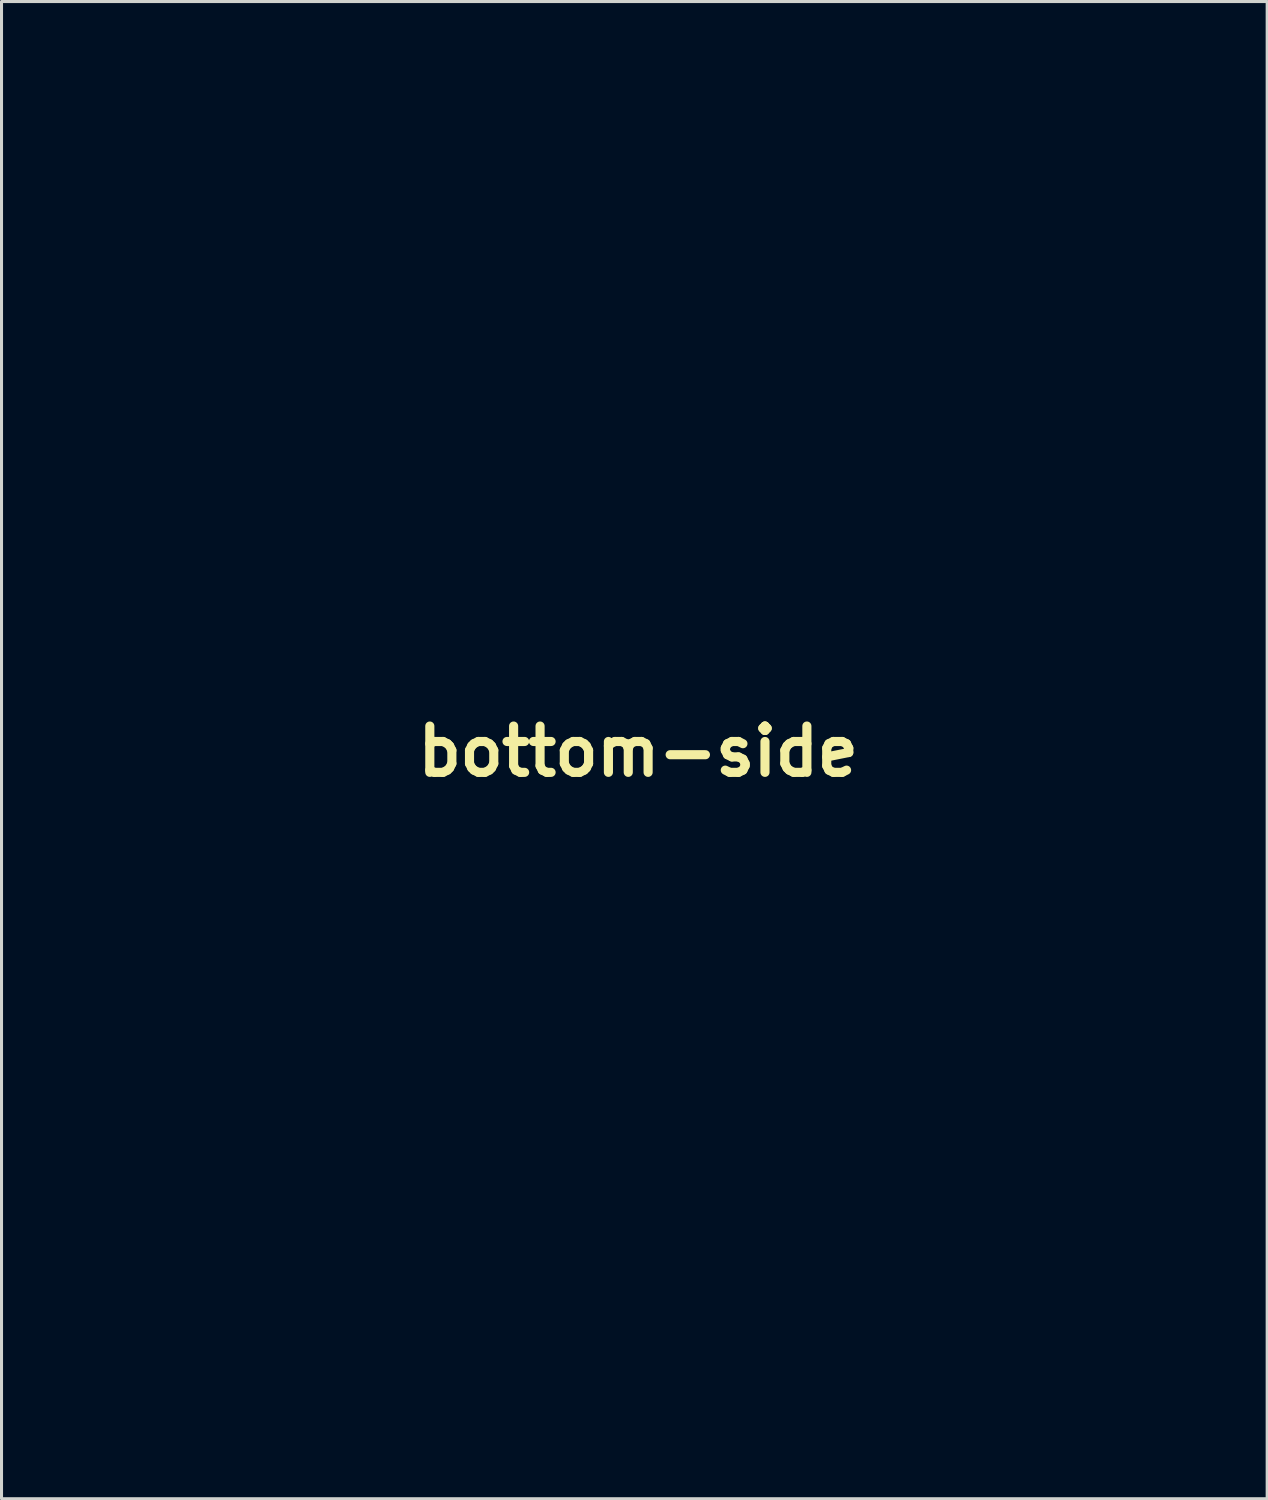
<source format=kicad_pcb>
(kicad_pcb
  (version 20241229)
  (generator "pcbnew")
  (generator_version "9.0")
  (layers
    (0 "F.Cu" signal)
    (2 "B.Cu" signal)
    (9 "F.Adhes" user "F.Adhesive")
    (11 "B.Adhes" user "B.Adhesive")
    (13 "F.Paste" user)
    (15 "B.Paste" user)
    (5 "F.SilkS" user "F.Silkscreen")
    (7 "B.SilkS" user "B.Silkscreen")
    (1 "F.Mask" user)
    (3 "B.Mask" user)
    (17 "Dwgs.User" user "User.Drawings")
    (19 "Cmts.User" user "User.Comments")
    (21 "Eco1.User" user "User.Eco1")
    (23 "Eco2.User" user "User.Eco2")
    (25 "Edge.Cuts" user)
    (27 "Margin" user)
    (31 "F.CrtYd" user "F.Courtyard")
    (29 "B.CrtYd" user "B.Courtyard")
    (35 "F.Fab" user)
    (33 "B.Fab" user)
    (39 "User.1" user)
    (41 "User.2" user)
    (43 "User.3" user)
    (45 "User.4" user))
  (footprint "bottom-side"
    (layer "F.Cu")
    (at 17.954 21.68)
    (property "Reference" "bottom-side" (at 0 0 0) (layer "F.SilkS") (effects (font (size 1.524 1.524) (thickness 0.3))))
    (attr through_hole)
    (fp_poly (pts (xy 17.695 21.59) (xy -17.949 21.59) (xy -17.949 -21.59) (xy -17.865 -21.59) (xy -17.865 21.505) (xy 17.611 21.505) (xy 17.611 -21.59) (xy -17.865 -21.59) (xy -17.949 -21.59) (xy -17.949 -21.675) (xy 17.695 -21.675) (xy 17.695 21.59)) (stroke (width 0.01) (type solid)) (fill no) (layer "Eco1.User"))
    (fp_poly (pts (xy 1.947 -13.852) (xy 1.934 -13.382) (xy 1.921 -12.912) (xy 1.871 -13.335) (xy 1.82 -13.758) (xy 1.143 -13.758) (xy 1.093 -13.335) (xy 1.043 -12.912) (xy 1.029 -13.303) (xy 1.05 -13.617) (xy 1.157 -13.798) (xy 1.374 -13.871) (xy 1.601 -13.873) (xy 1.947 -13.852)) (stroke (width 0.01) (type solid)) (fill no) (layer "Eco1.User"))
    (fp_poly (pts (xy 4.233 -15.63) (xy 4.22 -15.16) (xy 4.207 -14.69) (xy 4.157 -15.113) (xy 4.106 -15.536) (xy 3.429 -15.536) (xy 3.379 -15.113) (xy 3.329 -14.69) (xy 3.315 -15.081) (xy 3.336 -15.395) (xy 3.443 -15.576) (xy 3.66 -15.649) (xy 3.887 -15.651) (xy 4.233 -15.63)) (stroke (width 0.01) (type solid)) (fill no) (layer "Eco1.User"))
    (fp_poly (pts (xy 6.066 -17.595) (xy 6.562 -17.579) (xy 6.117 -17.548) (xy 5.895 -17.53) (xy 5.758 -17.49) (xy 5.692 -17.398) (xy 5.683 -17.22) (xy 5.717 -16.924) (xy 5.748 -16.701) (xy 5.785 -16.418) (xy 5.789 -16.282) (xy 5.762 -16.273) (xy 5.73 -16.32) (xy 5.703 -16.43) (xy 5.669 -16.661) (xy 5.635 -16.965) (xy 5.631 -16.997) (xy 5.571 -17.611) (xy 6.066 -17.595)) (stroke (width 0.01) (type solid)) (fill no) (layer "Eco1.User"))
    (fp_poly (pts (xy 5.334 -13.849) (xy 5.321 -13.38) (xy 5.307 -12.912) (xy 5.257 -13.335) (xy 5.219 -13.587) (xy 5.163 -13.716) (xy 5.055 -13.769) (xy 4.946 -13.784) (xy 4.71 -13.765) (xy 4.563 -13.638) (xy 4.482 -13.379) (xy 4.466 -13.249) (xy 4.431 -12.912) (xy 4.417 -13.3) (xy 4.422 -13.555) (xy 4.477 -13.7) (xy 4.593 -13.789) (xy 4.816 -13.856) (xy 5.059 -13.87) (xy 5.334 -13.849)) (stroke (width 0.01) (type solid)) (fill no) (layer "Eco1.User"))
    (fp_poly (pts (xy 5.687 -15.595) (xy 5.791 -15.418) (xy 5.872 -15.265) (xy 6.075 -14.866) (xy 6.293 -15.286) (xy 6.411 -15.501) (xy 6.492 -15.626) (xy 6.515 -15.639) (xy 6.483 -15.54) (xy 6.4 -15.351) (xy 6.292 -15.124) (xy 6.183 -14.912) (xy 6.099 -14.766) (xy 6.07 -14.732) (xy 6.024 -14.801) (xy 5.927 -14.982) (xy 5.818 -15.198) (xy 5.705 -15.44) (xy 5.638 -15.609) (xy 5.63 -15.663) (xy 5.687 -15.595)) (stroke (width 0.01) (type solid)) (fill no) (layer "Eco1.User"))
    (fp_poly (pts (xy 6.505 -13.581) (xy 6.465 -13.253) (xy 6.309 -13.049) (xy 6.037 -12.967) (xy 5.895 -12.968) (xy 5.588 -12.989) (xy 5.601 -13.458) (xy 5.612 -13.665) (xy 5.629 -13.738) (xy 5.645 -13.674) (xy 5.692 -13.349) (xy 5.747 -13.158) (xy 5.828 -13.067) (xy 5.956 -13.04) (xy 6.003 -13.039) (xy 6.23 -13.079) (xy 6.37 -13.219) (xy 6.444 -13.488) (xy 6.456 -13.59) (xy 6.491 -13.928) (xy 6.505 -13.581)) (stroke (width 0.01) (type solid)) (fill no) (layer "Eco1.User"))
    (fp_poly (pts (xy 11.193 17.998) (xy 11.194 18.155) (xy 11.093 18.432) (xy 11.086 18.449) (xy 10.947 18.891) (xy 10.949 19.322) (xy 11.091 19.793) (xy 11.104 19.822) (xy 11.208 20.101) (xy 11.226 20.269) (xy 11.191 20.339) (xy 11.115 20.35) (xy 11.017 20.233) (xy 10.883 19.974) (xy 10.732 19.553) (xy 10.669 19.156) (xy 10.669 19.124) (xy 10.696 18.869) (xy 10.765 18.577) (xy 10.861 18.296) (xy 10.967 18.074) (xy 11.065 17.957) (xy 11.09 17.949) (xy 11.193 17.998)) (stroke (width 0.01) (type solid)) (fill no) (layer "Eco1.User"))
    (fp_poly (pts (xy 15.164 18.025) (xy 15.269 18.22) (xy 15.369 18.488) (xy 15.449 18.781) (xy 15.491 19.053) (xy 15.493 19.124) (xy 15.442 19.506) (xy 15.306 19.915) (xy 15.285 19.96) (xy 15.148 20.238) (xy 15.055 20.373) (xy 14.989 20.382) (xy 14.938 20.294) (xy 14.946 20.156) (xy 15.014 19.932) (xy 15.066 19.807) (xy 15.216 19.313) (xy 15.202 18.835) (xy 15.076 18.449) (xy 14.971 18.165) (xy 14.967 18.004) (xy 15.064 17.949) (xy 15.072 17.949) (xy 15.164 18.025)) (stroke (width 0.01) (type solid)) (fill no) (layer "Eco1.User"))
    (fp_poly (pts (xy 3.043 18.032) (xy 3.21 18.165) (xy 3.418 18.369) (xy 3.429 18.381) (xy 3.647 18.631) (xy 3.748 18.795) (xy 3.745 18.894) (xy 3.735 18.905) (xy 3.641 18.93) (xy 3.503 18.831) (xy 3.39 18.708) (xy 3.14 18.415) (xy 3.136 19.363) (xy 3.127 19.841) (xy 3.1 20.163) (xy 3.055 20.339) (xy 2.987 20.382) (xy 2.933 20.346) (xy 2.908 20.24) (xy 2.891 20.006) (xy 2.882 19.682) (xy 2.879 19.307) (xy 2.883 18.918) (xy 2.894 18.554) (xy 2.911 18.254) (xy 2.933 18.056) (xy 2.953 17.998) (xy 3.043 18.032)) (stroke (width 0.01) (type solid)) (fill no) (layer "Eco1.User"))
    (fp_poly (pts (xy 4.197 -17.317) (xy 4.203 -17.101) (xy 4.204 -16.933) (xy 4.201 -16.659) (xy 4.192 -16.51) (xy 4.18 -16.506) (xy 4.171 -16.573) (xy 4.139 -16.933) (xy 3.396 -16.933) (xy 3.364 -16.573) (xy 3.35 -16.489) (xy 3.339 -16.557) (xy 3.332 -16.762) (xy 3.331 -16.933) (xy 3.334 -17.214) (xy 3.343 -17.373) (xy 3.355 -17.392) (xy 3.364 -17.335) (xy 3.393 -17.138) (xy 3.461 -17.047) (xy 3.617 -17.02) (xy 3.768 -17.018) (xy 3.999 -17.026) (xy 4.111 -17.075) (xy 4.156 -17.207) (xy 4.172 -17.335) (xy 4.186 -17.402) (xy 4.197 -17.317)) (stroke (width 0.01) (type solid)) (fill no) (layer "Eco1.User"))
    (fp_poly (pts (xy 5.161 -15.597) (xy 5.307 -15.422) (xy 5.337 -15.17) (xy 5.246 -14.896) (xy 5.093 -14.767) (xy 4.87 -14.736) (xy 4.644 -14.806) (xy 4.543 -14.887) (xy 4.413 -15.129) (xy 4.418 -15.204) (xy 4.487 -15.204) (xy 4.554 -14.968) (xy 4.749 -14.839) (xy 4.926 -14.817) (xy 5.118 -14.858) (xy 5.209 -15.008) (xy 5.213 -15.022) (xy 5.245 -15.315) (xy 5.158 -15.493) (xy 4.968 -15.564) (xy 4.7 -15.534) (xy 4.531 -15.388) (xy 4.487 -15.204) (xy 4.418 -15.204) (xy 4.43 -15.364) (xy 4.573 -15.553) (xy 4.823 -15.654) (xy 4.915 -15.661) (xy 5.161 -15.597)) (stroke (width 0.01) (type solid)) (fill no) (layer "Eco1.User"))
    (fp_poly (pts (xy -7.506 -12.12) (xy -7.271 -11.938) (xy -7.093 -11.701) (xy -7.027 -11.472) (xy -7.096 -11.24) (xy -7.275 -11) (xy -7.518 -10.82) (xy -7.747 -10.753) (xy -7.98 -10.821) (xy -8.219 -11) (xy -8.4 -11.243) (xy -8.45 -11.415) (xy -8.017 -11.415) (xy -7.955 -11.298) (xy -7.786 -11.198) (xy -7.606 -11.251) (xy -7.504 -11.365) (xy -7.461 -11.515) (xy -7.551 -11.652) (xy -7.725 -11.74) (xy -7.89 -11.705) (xy -8.002 -11.584) (xy -8.017 -11.415) (xy -8.45 -11.415) (xy -8.467 -11.472) (xy -8.394 -11.713) (xy -8.213 -11.949) (xy -7.976 -12.126) (xy -7.747 -12.192) (xy -7.506 -12.12)) (stroke (width 0.01) (type solid)) (fill no) (layer "Eco1.User"))
    (fp_poly (pts (xy -4.966 -12.12) (xy -4.731 -11.938) (xy -4.553 -11.701) (xy -4.487 -11.472) (xy -4.556 -11.24) (xy -4.735 -11) (xy -4.978 -10.82) (xy -5.207 -10.753) (xy -5.44 -10.821) (xy -5.679 -11) (xy -5.86 -11.243) (xy -5.91 -11.415) (xy -5.477 -11.415) (xy -5.415 -11.298) (xy -5.246 -11.198) (xy -5.066 -11.251) (xy -4.964 -11.365) (xy -4.921 -11.515) (xy -5.011 -11.652) (xy -5.185 -11.74) (xy -5.35 -11.705) (xy -5.462 -11.584) (xy -5.477 -11.415) (xy -5.91 -11.415) (xy -5.927 -11.472) (xy -5.854 -11.713) (xy -5.673 -11.949) (xy -5.436 -12.126) (xy -5.207 -12.192) (xy -4.966 -12.12)) (stroke (width 0.01) (type solid)) (fill no) (layer "Eco1.User"))
    (fp_poly (pts (xy 3.968 -14.124) (xy 4.03 -13.929) (xy 4.128 -13.859) (xy 4.232 -13.827) (xy 4.172 -13.814) (xy 4.128 -13.81) (xy 4.015 -13.747) (xy 3.979 -13.556) (xy 3.979 -13.541) (xy 3.936 -13.253) (xy 3.826 -13.05) (xy 3.678 -12.953) (xy 3.521 -12.979) (xy 3.385 -13.145) (xy 3.328 -13.27) (xy 3.355 -13.256) (xy 3.412 -13.187) (xy 3.582 -13.059) (xy 3.746 -13.061) (xy 3.843 -13.173) (xy 3.89 -13.383) (xy 3.889 -13.599) (xy 3.846 -13.758) (xy 3.789 -13.802) (xy 3.731 -13.824) (xy 3.78 -13.865) (xy 3.87 -13.99) (xy 3.917 -14.139) (xy 3.956 -14.351) (xy 3.968 -14.124)) (stroke (width 0.01) (type solid)) (fill no) (layer "Eco1.User"))
    (fp_poly (pts (xy -2.311 -19.888) (xy -2.066 -19.693) (xy -1.87 -19.459) (xy -1.788 -19.236) (xy -1.778 -19.092) (xy -1.814 -18.844) (xy -1.943 -18.625) (xy -2.066 -18.491) (xy -2.385 -18.257) (xy -2.704 -18.192) (xy -3.023 -18.296) (xy -3.268 -18.491) (xy -3.502 -18.81) (xy -3.548 -19.035) (xy -2.937 -19.035) (xy -2.875 -18.918) (xy -2.706 -18.818) (xy -2.526 -18.871) (xy -2.424 -18.985) (xy -2.381 -19.135) (xy -2.471 -19.272) (xy -2.645 -19.36) (xy -2.81 -19.325) (xy -2.922 -19.204) (xy -2.937 -19.035) (xy -3.548 -19.035) (xy -3.567 -19.13) (xy -3.463 -19.449) (xy -3.268 -19.693) (xy -2.949 -19.928) (xy -2.63 -19.993) (xy -2.311 -19.888)) (stroke (width 0.01) (type solid)) (fill no) (layer "Eco1.User"))
    (fp_poly (pts (xy 2.741 13.116) (xy 3.027 13.32) (xy 3.228 13.608) (xy 3.302 13.928) (xy 3.224 14.256) (xy 3.02 14.542) (xy 2.733 14.743) (xy 2.413 14.817) (xy 2.165 14.781) (xy 1.945 14.652) (xy 1.812 14.529) (xy 1.578 14.21) (xy 1.532 13.985) (xy 2.143 13.985) (xy 2.205 14.102) (xy 2.374 14.202) (xy 2.554 14.149) (xy 2.656 14.035) (xy 2.699 13.885) (xy 2.609 13.748) (xy 2.435 13.66) (xy 2.27 13.695) (xy 2.158 13.816) (xy 2.143 13.985) (xy 1.532 13.985) (xy 1.513 13.89) (xy 1.617 13.571) (xy 1.812 13.327) (xy 2.046 13.131) (xy 2.27 13.048) (xy 2.413 13.039) (xy 2.741 13.116)) (stroke (width 0.01) (type solid)) (fill no) (layer "Eco1.User"))
    (fp_poly (pts (xy 2.769 -19.888) (xy 3.014 -19.693) (xy 3.21 -19.459) (xy 3.292 -19.236) (xy 3.302 -19.092) (xy 3.266 -18.844) (xy 3.137 -18.625) (xy 3.014 -18.491) (xy 2.695 -18.257) (xy 2.376 -18.192) (xy 2.057 -18.296) (xy 1.812 -18.491) (xy 1.578 -18.81) (xy 1.532 -19.035) (xy 2.143 -19.035) (xy 2.205 -18.918) (xy 2.374 -18.818) (xy 2.554 -18.871) (xy 2.656 -18.985) (xy 2.699 -19.135) (xy 2.609 -19.272) (xy 2.435 -19.36) (xy 2.27 -19.325) (xy 2.158 -19.204) (xy 2.143 -19.035) (xy 1.532 -19.035) (xy 1.513 -19.13) (xy 1.617 -19.449) (xy 1.812 -19.693) (xy 2.131 -19.928) (xy 2.45 -19.993) (xy 2.769 -19.888)) (stroke (width 0.01) (type solid)) (fill no) (layer "Eco1.User"))
    (fp_poly (pts (xy 4.719 -17.568) (xy 4.804 -17.454) (xy 4.939 -17.239) (xy 5.079 -16.997) (xy 5.35 -16.51) (xy 5.052 -16.51) (xy 4.822 -16.479) (xy 4.719 -16.376) (xy 4.715 -16.362) (xy 4.683 -16.257) (xy 4.67 -16.318) (xy 4.666 -16.362) (xy 4.588 -16.491) (xy 4.508 -16.517) (xy 4.416 -16.532) (xy 4.486 -16.571) (xy 4.487 -16.572) (xy 4.64 -16.671) (xy 4.677 -16.713) (xy 4.731 -16.754) (xy 4.74 -16.701) (xy 4.813 -16.621) (xy 4.953 -16.595) (xy 5.112 -16.613) (xy 5.165 -16.648) (xy 5.126 -16.744) (xy 5.026 -16.942) (xy 4.898 -17.177) (xy 4.776 -17.404) (xy 4.712 -17.545) (xy 4.718 -17.569) (xy 4.719 -17.568)) (stroke (width 0.01) (type solid)) (fill no) (layer "Eco1.User"))
    (fp_poly (pts (xy 5.281 -19.904) (xy 5.567 -19.7) (xy 5.768 -19.412) (xy 5.842 -19.092) (xy 5.806 -18.844) (xy 5.677 -18.625) (xy 5.554 -18.491) (xy 5.235 -18.257) (xy 4.916 -18.192) (xy 4.597 -18.296) (xy 4.352 -18.491) (xy 4.156 -18.725) (xy 4.074 -18.949) (xy 4.068 -19.035) (xy 4.683 -19.035) (xy 4.745 -18.918) (xy 4.914 -18.818) (xy 5.094 -18.871) (xy 5.196 -18.985) (xy 5.239 -19.135) (xy 5.149 -19.272) (xy 4.975 -19.36) (xy 4.81 -19.325) (xy 4.698 -19.204) (xy 4.683 -19.035) (xy 4.068 -19.035) (xy 4.064 -19.092) (xy 4.142 -19.42) (xy 4.346 -19.706) (xy 4.633 -19.908) (xy 4.953 -19.981) (xy 5.281 -19.904)) (stroke (width 0.01) (type solid)) (fill no) (layer "Eco1.User"))
    (fp_poly (pts (xy 2.847 -17.57) (xy 2.946 -17.509) (xy 3.01 -17.357) (xy 3.042 -17.104) (xy 3.041 -16.814) (xy 3.006 -16.553) (xy 2.96 -16.42) (xy 2.805 -16.286) (xy 2.583 -16.261) (xy 2.354 -16.344) (xy 2.236 -16.447) (xy 2.128 -16.576) (xy 2.134 -16.585) (xy 2.25 -16.489) (xy 2.47 -16.374) (xy 2.651 -16.341) (xy 2.822 -16.385) (xy 2.922 -16.533) (xy 2.958 -16.805) (xy 2.948 -17.109) (xy 2.922 -17.342) (xy 2.863 -17.456) (xy 2.732 -17.5) (xy 2.64 -17.511) (xy 2.402 -17.497) (xy 2.219 -17.427) (xy 2.217 -17.426) (xy 2.121 -17.357) (xy 2.145 -17.403) (xy 2.191 -17.462) (xy 2.366 -17.571) (xy 2.613 -17.609) (xy 2.847 -17.57)) (stroke (width 0.01) (type solid)) (fill no) (layer "Eco1.User"))
    (fp_poly (pts (xy -9.959 -19.904) (xy -9.673 -19.7) (xy -9.472 -19.412) (xy -9.398 -19.092) (xy -9.476 -18.764) (xy -9.68 -18.478) (xy -9.967 -18.277) (xy -10.287 -18.203) (xy -10.535 -18.239) (xy -10.755 -18.368) (xy -10.888 -18.491) (xy -11.084 -18.725) (xy -11.166 -18.949) (xy -11.172 -19.035) (xy -10.557 -19.035) (xy -10.495 -18.918) (xy -10.326 -18.818) (xy -10.146 -18.871) (xy -10.044 -18.985) (xy -10.001 -19.135) (xy -10.091 -19.272) (xy -10.265 -19.36) (xy -10.43 -19.325) (xy -10.542 -19.204) (xy -10.557 -19.035) (xy -11.172 -19.035) (xy -11.176 -19.092) (xy -11.14 -19.341) (xy -11.011 -19.56) (xy -10.888 -19.693) (xy -10.654 -19.889) (xy -10.43 -19.972) (xy -10.287 -19.981) (xy -9.959 -19.904)) (stroke (width 0.01) (type solid)) (fill no) (layer "Eco1.User"))
    (fp_poly (pts (xy 5.201 13.074) (xy 5.421 13.204) (xy 5.554 13.327) (xy 5.75 13.561) (xy 5.832 13.784) (xy 5.842 13.928) (xy 5.806 14.176) (xy 5.677 14.395) (xy 5.554 14.529) (xy 5.32 14.724) (xy 5.096 14.807) (xy 4.953 14.817) (xy 4.705 14.781) (xy 4.485 14.652) (xy 4.352 14.529) (xy 4.156 14.295) (xy 4.074 14.071) (xy 4.068 13.985) (xy 4.683 13.985) (xy 4.745 14.102) (xy 4.914 14.202) (xy 5.094 14.149) (xy 5.196 14.035) (xy 5.239 13.885) (xy 5.149 13.748) (xy 4.975 13.66) (xy 4.81 13.695) (xy 4.698 13.816) (xy 4.683 13.985) (xy 4.068 13.985) (xy 4.064 13.928) (xy 4.1 13.679) (xy 4.229 13.46) (xy 4.352 13.327) (xy 4.586 13.131) (xy 4.81 13.048) (xy 4.953 13.039) (xy 5.201 13.074)) (stroke (width 0.01) (type solid)) (fill no) (layer "Eco1.User"))
    (fp_poly (pts (xy 7.741 -12.326) (xy 7.961 -12.196) (xy 8.094 -12.073) (xy 8.29 -11.839) (xy 8.372 -11.616) (xy 8.382 -11.472) (xy 8.346 -11.224) (xy 8.217 -11.005) (xy 8.094 -10.871) (xy 7.86 -10.676) (xy 7.636 -10.593) (xy 7.493 -10.583) (xy 7.245 -10.619) (xy 7.025 -10.748) (xy 6.892 -10.871) (xy 6.696 -11.105) (xy 6.614 -11.329) (xy 6.608 -11.415) (xy 7.223 -11.415) (xy 7.285 -11.298) (xy 7.454 -11.198) (xy 7.634 -11.251) (xy 7.736 -11.365) (xy 7.779 -11.515) (xy 7.689 -11.652) (xy 7.515 -11.74) (xy 7.35 -11.705) (xy 7.238 -11.584) (xy 7.223 -11.415) (xy 6.608 -11.415) (xy 6.604 -11.472) (xy 6.64 -11.721) (xy 6.769 -11.94) (xy 6.892 -12.073) (xy 7.126 -12.269) (xy 7.35 -12.352) (xy 7.493 -12.361) (xy 7.741 -12.326)) (stroke (width 0.01) (type solid)) (fill no) (layer "Eco1.User"))
    (fp_poly (pts (xy 7.741 -7.246) (xy 7.961 -7.116) (xy 8.094 -6.993) (xy 8.29 -6.759) (xy 8.372 -6.536) (xy 8.382 -6.392) (xy 8.346 -6.144) (xy 8.217 -5.925) (xy 8.094 -5.791) (xy 7.86 -5.596) (xy 7.636 -5.513) (xy 7.493 -5.503) (xy 7.245 -5.539) (xy 7.025 -5.668) (xy 6.892 -5.791) (xy 6.696 -6.025) (xy 6.614 -6.249) (xy 6.608 -6.335) (xy 7.223 -6.335) (xy 7.285 -6.218) (xy 7.454 -6.118) (xy 7.634 -6.171) (xy 7.736 -6.285) (xy 7.779 -6.435) (xy 7.689 -6.572) (xy 7.515 -6.66) (xy 7.35 -6.625) (xy 7.238 -6.504) (xy 7.223 -6.335) (xy 6.608 -6.335) (xy 6.604 -6.392) (xy 6.64 -6.641) (xy 6.769 -6.86) (xy 6.892 -6.993) (xy 7.126 -7.189) (xy 7.35 -7.272) (xy 7.493 -7.281) (xy 7.741 -7.246)) (stroke (width 0.01) (type solid)) (fill no) (layer "Eco1.User"))
    (fp_poly (pts (xy 7.741 13.074) (xy 7.961 13.204) (xy 8.094 13.327) (xy 8.29 13.561) (xy 8.372 13.784) (xy 8.382 13.928) (xy 8.346 14.176) (xy 8.217 14.395) (xy 8.094 14.529) (xy 7.86 14.724) (xy 7.636 14.807) (xy 7.493 14.817) (xy 7.245 14.781) (xy 7.025 14.652) (xy 6.892 14.529) (xy 6.696 14.295) (xy 6.614 14.071) (xy 6.608 13.985) (xy 7.223 13.985) (xy 7.285 14.102) (xy 7.454 14.202) (xy 7.634 14.149) (xy 7.736 14.035) (xy 7.779 13.885) (xy 7.689 13.748) (xy 7.515 13.66) (xy 7.35 13.695) (xy 7.238 13.816) (xy 7.223 13.985) (xy 6.608 13.985) (xy 6.604 13.928) (xy 6.64 13.679) (xy 6.769 13.46) (xy 6.892 13.327) (xy 7.126 13.131) (xy 7.35 13.048) (xy 7.493 13.039) (xy 7.741 13.074)) (stroke (width 0.01) (type solid)) (fill no) (layer "Eco1.User"))
    (fp_poly (pts (xy 10.281 13.074) (xy 10.501 13.204) (xy 10.634 13.327) (xy 10.83 13.561) (xy 10.912 13.784) (xy 10.922 13.928) (xy 10.886 14.176) (xy 10.757 14.395) (xy 10.634 14.529) (xy 10.4 14.724) (xy 10.176 14.807) (xy 10.033 14.817) (xy 9.785 14.781) (xy 9.565 14.652) (xy 9.432 14.529) (xy 9.236 14.295) (xy 9.154 14.071) (xy 9.148 13.985) (xy 9.763 13.985) (xy 9.825 14.102) (xy 9.994 14.202) (xy 10.174 14.149) (xy 10.276 14.035) (xy 10.319 13.885) (xy 10.229 13.748) (xy 10.055 13.66) (xy 9.89 13.695) (xy 9.778 13.816) (xy 9.763 13.985) (xy 9.148 13.985) (xy 9.144 13.928) (xy 9.18 13.679) (xy 9.309 13.46) (xy 9.432 13.327) (xy 9.666 13.131) (xy 9.89 13.048) (xy 10.033 13.039) (xy 10.281 13.074)) (stroke (width 0.01) (type solid)) (fill no) (layer "Eco1.User"))
    (fp_poly (pts (xy 2.831 -13.856) (xy 2.946 -13.784) (xy 3.034 -13.593) (xy 3.033 -13.334) (xy 2.96 -13.118) (xy 2.805 -12.984) (xy 2.583 -12.959) (xy 2.354 -13.042) (xy 2.236 -13.145) (xy 2.128 -13.274) (xy 2.134 -13.283) (xy 2.25 -13.187) (xy 2.401 -13.105) (xy 2.596 -13.049) (xy 2.775 -13.03) (xy 2.874 -13.058) (xy 2.879 -13.074) (xy 2.905 -13.174) (xy 2.93 -13.243) (xy 2.934 -13.323) (xy 2.843 -13.364) (xy 2.624 -13.377) (xy 2.549 -13.377) (xy 2.285 -13.389) (xy 2.153 -13.43) (xy 2.117 -13.514) (xy 2.117 -13.516) (xy 2.144 -13.583) (xy 2.212 -13.583) (xy 2.256 -13.502) (xy 2.457 -13.465) (xy 2.589 -13.462) (xy 2.827 -13.472) (xy 2.935 -13.514) (xy 2.949 -13.603) (xy 2.948 -13.61) (xy 2.851 -13.728) (xy 2.662 -13.787) (xy 2.452 -13.774) (xy 2.323 -13.712) (xy 2.212 -13.583) (xy 2.144 -13.583) (xy 2.19 -13.692) (xy 2.373 -13.82) (xy 2.606 -13.881) (xy 2.831 -13.856)) (stroke (width 0.01) (type solid)) (fill no) (layer "Eco1.User"))
    (fp_poly (pts (xy 12.618 -12.48) (xy 12.823 -12.438) (xy 13.125 -12.356) (xy 13.54 -12.229) (xy 14.086 -12.053) (xy 14.528 -11.906) (xy 15.151 -11.695) (xy 15.68 -11.507) (xy 16.1 -11.347) (xy 16.396 -11.223) (xy 16.551 -11.139) (xy 16.57 -11.119) (xy 16.556 -10.962) (xy 16.5 -10.883) (xy 16.389 -10.827) (xy 16.145 -10.729) (xy 15.795 -10.599) (xy 15.369 -10.448) (xy 14.894 -10.284) (xy 14.4 -10.117) (xy 13.913 -9.956) (xy 13.462 -9.812) (xy 13.077 -9.693) (xy 12.784 -9.609) (xy 12.612 -9.569) (xy 12.591 -9.567) (xy 12.439 -9.628) (xy 12.394 -9.69) (xy 12.38 -9.848) (xy 12.397 -9.895) (xy 12.49 -9.946) (xy 12.718 -10.04) (xy 13.057 -10.167) (xy 13.48 -10.317) (xy 13.964 -10.482) (xy 14.034 -10.506) (xy 15.621 -11.035) (xy 14.061 -11.555) (xy 13.453 -11.762) (xy 12.995 -11.932) (xy 12.672 -12.072) (xy 12.47 -12.189) (xy 12.375 -12.292) (xy 12.374 -12.388) (xy 12.429 -12.463) (xy 12.492 -12.487) (xy 12.618 -12.48)) (stroke (width 0.01) (type solid)) (fill no) (layer "Eco1.User"))
    (fp_poly (pts (xy -2.262 17.967) (xy -2.083 18.042) (xy -1.915 18.207) (xy -1.908 18.215) (xy -1.75 18.468) (xy -1.71 18.683) (xy -1.766 18.865) (xy -1.851 18.886) (xy -1.937 18.747) (xy -1.957 18.685) (xy -2.077 18.393) (xy -2.259 18.242) (xy -2.495 18.203) (xy -2.767 18.267) (xy -2.967 18.431) (xy -3.048 18.658) (xy -3.048 18.665) (xy -2.991 18.783) (xy -2.838 18.989) (xy -2.611 19.254) (xy -2.362 19.52) (xy -2.097 19.803) (xy -1.889 20.049) (xy -1.761 20.228) (xy -1.732 20.314) (xy -1.835 20.352) (xy -2.058 20.381) (xy -2.351 20.4) (xy -2.666 20.406) (xy -2.954 20.399) (xy -3.164 20.378) (xy -3.243 20.351) (xy -3.273 20.253) (xy -3.139 20.188) (xy -2.846 20.155) (xy -2.648 20.151) (xy -2.088 20.151) (xy -2.695 19.525) (xy -3.014 19.177) (xy -3.211 18.907) (xy -3.295 18.684) (xy -3.275 18.479) (xy -3.161 18.262) (xy -3.117 18.2) (xy -2.974 18.042) (xy -2.811 17.968) (xy -2.556 17.949) (xy -2.532 17.949) (xy -2.262 17.967)) (stroke (width 0.01) (type solid)) (fill no) (layer "Eco1.User"))
    (fp_poly (pts (xy 16.552 -7.578) (xy 16.551 -7.053) (xy 16.547 -6.675) (xy 16.536 -6.418) (xy 16.516 -6.26) (xy 16.484 -6.176) (xy 16.437 -6.143) (xy 16.383 -6.138) (xy 16.317 -6.147) (xy 16.27 -6.192) (xy 16.238 -6.296) (xy 16.218 -6.486) (xy 16.204 -6.787) (xy 16.193 -7.225) (xy 16.19 -7.387) (xy 16.167 -8.636) (xy 14.653 -8.636) (xy 14.629 -7.726) (xy 14.616 -7.323) (xy 14.599 -7.061) (xy 14.571 -6.908) (xy 14.526 -6.837) (xy 14.458 -6.816) (xy 14.436 -6.816) (xy 14.36 -6.828) (xy 14.31 -6.883) (xy 14.278 -7.011) (xy 14.259 -7.242) (xy 14.246 -7.605) (xy 14.242 -7.726) (xy 14.218 -8.636) (xy 12.789 -8.636) (xy 12.766 -7.388) (xy 12.755 -6.9) (xy 12.741 -6.557) (xy 12.72 -6.331) (xy 12.689 -6.199) (xy 12.645 -6.133) (xy 12.594 -6.112) (xy 12.447 -6.142) (xy 12.401 -6.199) (xy 12.387 -6.32) (xy 12.378 -6.578) (xy 12.375 -6.942) (xy 12.376 -7.381) (xy 12.38 -7.666) (xy 12.404 -9.017) (xy 16.552 -9.017) (xy 16.552 -7.578)) (stroke (width 0.01) (type solid)) (fill no) (layer "Eco1.User"))
    (fp_poly (pts (xy 6.518 18.083) (xy 6.557 18.299) (xy 6.589 18.639) (xy 6.604 18.902) (xy 6.646 19.812) (xy 6.887 19.431) (xy 7.035 19.218) (xy 7.158 19.079) (xy 7.206 19.05) (xy 7.292 19.116) (xy 7.428 19.286) (xy 7.534 19.443) (xy 7.783 19.836) (xy 7.808 18.914) (xy 7.826 18.498) (xy 7.855 18.199) (xy 7.891 18.036) (xy 7.916 18.013) (xy 7.953 18.102) (xy 7.98 18.322) (xy 7.997 18.635) (xy 8.004 19.005) (xy 8.002 19.394) (xy 7.99 19.763) (xy 7.97 20.076) (xy 7.94 20.295) (xy 7.904 20.381) (xy 7.815 20.33) (xy 7.679 20.165) (xy 7.538 19.943) (xy 7.391 19.701) (xy 7.272 19.531) (xy 7.212 19.473) (xy 7.138 19.539) (xy 7.011 19.707) (xy 6.919 19.846) (xy 6.699 20.168) (xy 6.538 20.338) (xy 6.432 20.361) (xy 6.391 20.304) (xy 6.368 20.159) (xy 6.358 19.899) (xy 6.358 19.56) (xy 6.367 19.183) (xy 6.383 18.803) (xy 6.405 18.461) (xy 6.432 18.192) (xy 6.461 18.036) (xy 6.477 18.013) (xy 6.518 18.083)) (stroke (width 0.01) (type solid)) (fill no) (layer "Eco1.User"))
    (fp_poly (pts (xy 5.485 17.965) (xy 5.512 17.966) (xy 6.054 17.992) (xy 6.054 20.362) (xy 5.459 20.387) (xy 5.14 20.395) (xy 4.937 20.377) (xy 4.798 20.319) (xy 4.669 20.208) (xy 4.633 20.171) (xy 4.45 19.893) (xy 4.418 19.631) (xy 4.668 19.631) (xy 4.691 19.84) (xy 4.797 19.996) (xy 4.954 20.099) (xy 5.21 20.145) (xy 5.389 20.151) (xy 5.842 20.151) (xy 5.842 19.304) (xy 5.404 19.304) (xy 5.04 19.346) (xy 4.79 19.461) (xy 4.668 19.631) (xy 4.418 19.631) (xy 4.417 19.62) (xy 4.538 19.38) (xy 4.573 19.345) (xy 4.744 19.191) (xy 4.573 19.009) (xy 4.428 18.781) (xy 4.433 18.656) (xy 4.657 18.656) (xy 4.734 18.848) (xy 4.951 18.983) (xy 5.281 19.047) (xy 5.389 19.05) (xy 5.842 19.05) (xy 5.842 18.203) (xy 5.445 18.203) (xy 5.141 18.247) (xy 4.878 18.362) (xy 4.703 18.521) (xy 4.657 18.656) (xy 4.433 18.656) (xy 4.437 18.553) (xy 4.603 18.301) (xy 4.686 18.216) (xy 4.854 18.066) (xy 5.002 17.986) (xy 5.192 17.959) (xy 5.485 17.965)) (stroke (width 0.01) (type solid)) (fill no) (layer "Eco1.User"))
    (fp_poly (pts (xy 13.347 17.961) (xy 13.518 18.014) (xy 13.648 18.133) (xy 13.7 18.2) (xy 13.795 18.355) (xy 13.851 18.535) (xy 13.878 18.788) (xy 13.885 19.163) (xy 13.885 19.167) (xy 13.88 19.529) (xy 13.858 19.77) (xy 13.808 19.937) (xy 13.719 20.079) (xy 13.666 20.144) (xy 13.512 20.302) (xy 13.35 20.379) (xy 13.112 20.404) (xy 13.005 20.405) (xy 12.731 20.393) (xy 12.561 20.341) (xy 12.429 20.221) (xy 12.369 20.142) (xy 12.252 19.933) (xy 12.247 19.808) (xy 12.336 19.791) (xy 12.5 19.907) (xy 12.53 19.938) (xy 12.764 20.105) (xy 13.049 20.151) (xy 13.302 20.117) (xy 13.473 20) (xy 13.577 19.776) (xy 13.624 19.425) (xy 13.631 19.129) (xy 13.612 18.714) (xy 13.541 18.439) (xy 13.403 18.28) (xy 13.181 18.212) (xy 13.018 18.203) (xy 12.761 18.244) (xy 12.577 18.393) (xy 12.543 18.436) (xy 12.405 18.587) (xy 12.302 18.595) (xy 12.278 18.575) (xy 12.246 18.472) (xy 12.331 18.31) (xy 12.406 18.215) (xy 12.563 18.055) (xy 12.724 17.976) (xy 12.958 17.951) (xy 13.073 17.949) (xy 13.347 17.961)) (stroke (width 0.01) (type solid)) (fill no) (layer "Eco1.User"))
    (fp_poly (pts (xy 9.453 17.961) (xy 9.623 18.014) (xy 9.753 18.133) (xy 9.805 18.2) (xy 9.963 18.506) (xy 9.956 18.783) (xy 9.784 19.045) (xy 9.758 19.071) (xy 9.525 19.234) (xy 9.228 19.31) (xy 9.11 19.32) (xy 8.774 19.378) (xy 8.593 19.5) (xy 8.564 19.691) (xy 8.639 19.876) (xy 8.835 20.074) (xy 9.104 20.151) (xy 9.397 20.102) (xy 9.653 19.938) (xy 9.836 19.802) (xy 9.937 19.802) (xy 9.94 19.914) (xy 9.83 20.12) (xy 9.809 20.149) (xy 9.676 20.302) (xy 9.529 20.378) (xy 9.304 20.403) (xy 9.178 20.405) (xy 8.899 20.392) (xy 8.72 20.335) (xy 8.571 20.207) (xy 8.517 20.144) (xy 8.336 19.833) (xy 8.311 19.541) (xy 8.428 19.295) (xy 8.673 19.123) (xy 9.032 19.051) (xy 9.073 19.05) (xy 9.407 19) (xy 9.636 18.86) (xy 9.735 18.649) (xy 9.737 18.612) (xy 9.66 18.423) (xy 9.462 18.278) (xy 9.189 18.206) (xy 9.123 18.203) (xy 8.867 18.244) (xy 8.682 18.393) (xy 8.649 18.436) (xy 8.51 18.587) (xy 8.407 18.595) (xy 8.383 18.575) (xy 8.351 18.472) (xy 8.437 18.31) (xy 8.512 18.215) (xy 8.668 18.055) (xy 8.829 17.976) (xy 9.064 17.951) (xy 9.178 17.949) (xy 9.453 17.961)) (stroke (width 0.01) (type solid)) (fill no) (layer "Eco1.User"))
    (fp_poly (pts (xy -2.348 13.109) (xy -2.08 13.295) (xy -1.885 13.558) (xy -1.786 13.86) (xy -1.805 14.162) (xy -1.902 14.356) (xy -1.979 14.547) (xy -2.019 14.88) (xy -2.027 15.198) (xy -2.01 15.636) (xy -1.959 15.922) (xy -1.902 16.039) (xy -1.786 16.318) (xy -1.803 16.624) (xy -1.932 16.918) (xy -2.15 17.163) (xy -2.435 17.32) (xy -2.667 17.357) (xy -2.915 17.321) (xy -3.135 17.192) (xy -3.268 17.069) (xy -3.487 16.76) (xy -3.542 16.525) (xy -2.937 16.525) (xy -2.875 16.642) (xy -2.706 16.742) (xy -2.526 16.689) (xy -2.424 16.575) (xy -2.381 16.425) (xy -2.471 16.288) (xy -2.645 16.2) (xy -2.81 16.235) (xy -2.922 16.356) (xy -2.937 16.525) (xy -3.542 16.525) (xy -3.562 16.436) (xy -3.489 16.13) (xy -3.432 16.039) (xy -3.355 15.848) (xy -3.315 15.516) (xy -3.307 15.198) (xy -3.324 14.76) (xy -3.375 14.473) (xy -3.432 14.356) (xy -3.548 14.077) (xy -3.543 13.985) (xy -2.937 13.985) (xy -2.875 14.102) (xy -2.706 14.202) (xy -2.526 14.149) (xy -2.424 14.035) (xy -2.381 13.885) (xy -2.471 13.748) (xy -2.645 13.66) (xy -2.81 13.695) (xy -2.922 13.816) (xy -2.937 13.985) (xy -3.543 13.985) (xy -3.531 13.772) (xy -3.402 13.477) (xy -3.184 13.232) (xy -2.899 13.075) (xy -2.667 13.039) (xy -2.348 13.109)) (stroke (width 0.01) (type solid)) (fill no) (layer "Eco1.User"))
    (fp_poly (pts (xy 0.192 13.109) (xy 0.46 13.295) (xy 0.655 13.558) (xy 0.754 13.86) (xy 0.735 14.162) (xy 0.638 14.356) (xy 0.561 14.547) (xy 0.521 14.88) (xy 0.513 15.198) (xy 0.53 15.636) (xy 0.581 15.922) (xy 0.638 16.039) (xy 0.754 16.318) (xy 0.737 16.624) (xy 0.608 16.918) (xy 0.39 17.163) (xy 0.105 17.32) (xy -0.127 17.357) (xy -0.375 17.321) (xy -0.595 17.192) (xy -0.728 17.069) (xy -0.947 16.76) (xy -1.002 16.525) (xy -0.397 16.525) (xy -0.335 16.642) (xy -0.166 16.742) (xy 0.014 16.689) (xy 0.116 16.575) (xy 0.159 16.425) (xy 0.069 16.288) (xy -0.105 16.2) (xy -0.27 16.235) (xy -0.382 16.356) (xy -0.397 16.525) (xy -1.002 16.525) (xy -1.022 16.436) (xy -0.949 16.13) (xy -0.892 16.039) (xy -0.815 15.848) (xy -0.775 15.516) (xy -0.767 15.198) (xy -0.784 14.76) (xy -0.835 14.473) (xy -0.892 14.356) (xy -1.008 14.077) (xy -1.003 13.985) (xy -0.397 13.985) (xy -0.335 14.102) (xy -0.166 14.202) (xy 0.014 14.149) (xy 0.116 14.035) (xy 0.159 13.885) (xy 0.069 13.748) (xy -0.105 13.66) (xy -0.27 13.695) (xy -0.382 13.816) (xy -0.397 13.985) (xy -1.003 13.985) (xy -0.991 13.772) (xy -0.862 13.477) (xy -0.644 13.232) (xy -0.359 13.075) (xy -0.127 13.039) (xy 0.192 13.109)) (stroke (width 0.01) (type solid)) (fill no) (layer "Eco1.User"))
    (fp_poly (pts (xy 2.647 15.605) (xy 2.841 15.703) (xy 3.029 15.775) (xy 3.328 15.818) (xy 3.683 15.832) (xy 4.038 15.818) (xy 4.337 15.775) (xy 4.525 15.703) (xy 4.803 15.587) (xy 5.109 15.604) (xy 5.404 15.733) (xy 5.648 15.951) (xy 5.805 16.236) (xy 5.842 16.468) (xy 5.771 16.787) (xy 5.585 17.055) (xy 5.322 17.25) (xy 5.021 17.349) (xy 4.719 17.33) (xy 4.525 17.232) (xy 4.337 17.161) (xy 4.038 17.118) (xy 3.683 17.103) (xy 3.328 17.118) (xy 3.029 17.161) (xy 2.841 17.232) (xy 2.549 17.356) (xy 2.227 17.328) (xy 1.909 17.156) (xy 1.812 17.069) (xy 1.616 16.835) (xy 1.534 16.611) (xy 1.528 16.525) (xy 2.143 16.525) (xy 2.205 16.642) (xy 2.374 16.742) (xy 2.554 16.689) (xy 2.656 16.575) (xy 2.671 16.525) (xy 4.683 16.525) (xy 4.745 16.642) (xy 4.914 16.742) (xy 5.094 16.689) (xy 5.196 16.575) (xy 5.239 16.425) (xy 5.149 16.288) (xy 4.975 16.2) (xy 4.81 16.235) (xy 4.698 16.356) (xy 4.683 16.525) (xy 2.671 16.525) (xy 2.699 16.425) (xy 2.609 16.288) (xy 2.435 16.2) (xy 2.27 16.235) (xy 2.158 16.356) (xy 2.143 16.525) (xy 1.528 16.525) (xy 1.524 16.468) (xy 1.595 16.149) (xy 1.781 15.88) (xy 2.044 15.686) (xy 2.345 15.587) (xy 2.647 15.605)) (stroke (width 0.01) (type solid)) (fill no) (layer "Eco1.User"))
    (fp_poly (pts (xy 10.352 2.949) (xy 10.62 3.135) (xy 10.815 3.398) (xy 10.914 3.7) (xy 10.895 4.002) (xy 10.798 4.196) (xy 10.721 4.387) (xy 10.681 4.72) (xy 10.673 5.038) (xy 10.69 5.476) (xy 10.741 5.762) (xy 10.798 5.879) (xy 10.914 6.158) (xy 10.897 6.464) (xy 10.768 6.758) (xy 10.55 7.003) (xy 10.265 7.16) (xy 10.033 7.197) (xy 9.785 7.161) (xy 9.565 7.032) (xy 9.432 6.909) (xy 9.213 6.6) (xy 9.158 6.365) (xy 9.763 6.365) (xy 9.825 6.482) (xy 9.994 6.582) (xy 10.174 6.529) (xy 10.276 6.415) (xy 10.319 6.265) (xy 10.229 6.128) (xy 10.055 6.04) (xy 9.89 6.075) (xy 9.778 6.196) (xy 9.763 6.365) (xy 9.158 6.365) (xy 9.138 6.276) (xy 9.211 5.97) (xy 9.268 5.879) (xy 9.345 5.688) (xy 9.385 5.356) (xy 9.393 5.038) (xy 9.376 4.6) (xy 9.325 4.313) (xy 9.268 4.196) (xy 9.152 3.917) (xy 9.157 3.825) (xy 9.763 3.825) (xy 9.825 3.942) (xy 9.994 4.042) (xy 10.174 3.989) (xy 10.276 3.875) (xy 10.319 3.725) (xy 10.229 3.588) (xy 10.055 3.5) (xy 9.89 3.535) (xy 9.778 3.656) (xy 9.763 3.825) (xy 9.157 3.825) (xy 9.169 3.612) (xy 9.298 3.317) (xy 9.516 3.072) (xy 9.801 2.915) (xy 10.033 2.879) (xy 10.352 2.949)) (stroke (width 0.01) (type solid)) (fill no) (layer "Eco1.User"))
    (fp_poly (pts (xy 1.709 17.968) (xy 1.877 18.045) (xy 2.016 18.2) (xy 2.174 18.505) (xy 2.167 18.782) (xy 1.995 19.046) (xy 1.964 19.076) (xy 1.793 19.213) (xy 1.606 19.281) (xy 1.335 19.303) (xy 1.244 19.304) (xy 0.762 19.304) (xy 0.762 19.587) (xy 0.829 19.885) (xy 1.024 20.076) (xy 1.337 20.15) (xy 1.375 20.151) (xy 1.632 20.11) (xy 1.817 19.961) (xy 1.85 19.918) (xy 1.989 19.767) (xy 2.091 19.759) (xy 2.116 19.779) (xy 2.148 19.882) (xy 2.062 20.044) (xy 1.987 20.139) (xy 1.818 20.308) (xy 1.64 20.386) (xy 1.376 20.405) (xy 1.363 20.405) (xy 1.079 20.383) (xy 0.882 20.298) (xy 0.736 20.167) (xy 0.624 20.037) (xy 0.556 19.903) (xy 0.521 19.719) (xy 0.509 19.438) (xy 0.508 19.21) (xy 0.511 18.857) (xy 0.515 18.811) (xy 0.762 18.811) (xy 0.772 18.951) (xy 0.831 19.022) (xy 0.981 19.047) (xy 1.2 19.05) (xy 1.571 19.013) (xy 1.792 18.91) (xy 1.931 18.706) (xy 1.902 18.491) (xy 1.807 18.358) (xy 1.587 18.224) (xy 1.327 18.215) (xy 1.072 18.311) (xy 0.87 18.493) (xy 0.767 18.74) (xy 0.762 18.811) (xy 0.515 18.811) (xy 0.529 18.627) (xy 0.575 18.473) (xy 0.662 18.348) (xy 0.787 18.22) (xy 1.01 18.039) (xy 1.233 17.962) (xy 1.449 17.949) (xy 1.709 17.968)) (stroke (width 0.01) (type solid)) (fill no) (layer "Eco1.User"))
    (fp_poly (pts (xy 15.123 -19.261) (xy 15.618 -19.259) (xy 15.983 -19.253) (xy 16.238 -19.241) (xy 16.403 -19.223) (xy 16.497 -19.197) (xy 16.54 -19.16) (xy 16.552 -19.112) (xy 16.552 -19.092) (xy 16.541 -19.019) (xy 16.487 -18.969) (xy 16.363 -18.937) (xy 16.138 -18.917) (xy 15.785 -18.904) (xy 15.6 -18.899) (xy 14.647 -18.875) (xy 14.647 -17.375) (xy 15.6 -17.048) (xy 16.015 -16.901) (xy 16.294 -16.789) (xy 16.459 -16.699) (xy 16.537 -16.618) (xy 16.552 -16.552) (xy 16.521 -16.433) (xy 16.415 -16.376) (xy 16.214 -16.382) (xy 15.9 -16.455) (xy 15.454 -16.593) (xy 15.345 -16.629) (xy 14.477 -16.923) (xy 14.244 -16.632) (xy 14.095 -16.463) (xy 13.953 -16.377) (xy 13.751 -16.345) (xy 13.536 -16.341) (xy 13.264 -16.349) (xy 13.081 -16.393) (xy 12.922 -16.503) (xy 12.72 -16.71) (xy 12.708 -16.723) (xy 12.356 -17.104) (xy 12.395 -18.881) (xy 12.785 -18.881) (xy 12.785 -18.122) (xy 12.788 -17.755) (xy 12.805 -17.511) (xy 12.849 -17.344) (xy 12.929 -17.206) (xy 13.047 -17.063) (xy 13.292 -16.842) (xy 13.518 -16.78) (xy 13.757 -16.877) (xy 13.945 -17.035) (xy 14.075 -17.167) (xy 14.157 -17.287) (xy 14.202 -17.436) (xy 14.22 -17.659) (xy 14.224 -17.998) (xy 14.224 -18.093) (xy 14.224 -18.881) (xy 12.785 -18.881) (xy 12.395 -18.881) (xy 12.404 -19.262) (xy 14.478 -19.262) (xy 15.123 -19.261)) (stroke (width 0.01) (type solid)) (fill no) (layer "Eco1.User"))
    (fp_poly (pts (xy -0.252 17.965) (xy -0.084 18.034) (xy 0.057 18.185) (xy 0.069 18.2) (xy 0.227 18.505) (xy 0.22 18.782) (xy 0.048 19.046) (xy 0.017 19.076) (xy -0.169 19.22) (xy -0.376 19.288) (xy -0.661 19.304) (xy -1.101 19.304) (xy -1.101 19.587) (xy -1.033 19.873) (xy -0.858 20.068) (xy -0.62 20.157) (xy -0.363 20.126) (xy -0.131 19.961) (xy -0.097 19.918) (xy 0.041 19.767) (xy 0.144 19.759) (xy 0.168 19.779) (xy 0.2 19.882) (xy 0.115 20.044) (xy 0.04 20.139) (xy -0.129 20.308) (xy -0.307 20.386) (xy -0.571 20.405) (xy -0.584 20.405) (xy -0.849 20.389) (xy -1.016 20.32) (xy -1.158 20.169) (xy -1.169 20.154) (xy -1.264 19.999) (xy -1.32 19.819) (xy -1.348 19.566) (xy -1.355 19.191) (xy -1.355 19.187) (xy -1.35 18.825) (xy -1.349 18.815) (xy -1.101 18.815) (xy -1.089 18.958) (xy -1.022 19.027) (xy -0.856 19.048) (xy -0.705 19.05) (xy -0.372 19.013) (xy -0.155 18.91) (xy -0.025 18.707) (xy -0.038 18.499) (xy -0.173 18.324) (xy -0.409 18.218) (xy -0.559 18.203) (xy -0.837 18.277) (xy -1.025 18.48) (xy -1.1 18.786) (xy -1.101 18.815) (xy -1.349 18.815) (xy -1.327 18.584) (xy -1.277 18.417) (xy -1.188 18.275) (xy -1.135 18.21) (xy -0.968 18.044) (xy -0.79 17.968) (xy -0.522 17.949) (xy -0.516 17.949) (xy -0.252 17.965)) (stroke (width 0.01) (type solid)) (fill no) (layer "Eco1.User"))
    (fp_poly (pts (xy 13.839 -15.906) (xy 14.031 -15.851) (xy 14.206 -15.722) (xy 14.334 -15.596) (xy 14.494 -15.424) (xy 14.588 -15.278) (xy 14.632 -15.105) (xy 14.646 -14.849) (xy 14.647 -14.64) (xy 14.651 -14.312) (xy 14.675 -14.099) (xy 14.737 -13.948) (xy 14.855 -13.804) (xy 14.968 -13.691) (xy 15.237 -13.469) (xy 15.462 -13.394) (xy 15.679 -13.465) (xy 15.901 -13.657) (xy 16.057 -13.837) (xy 16.138 -14.008) (xy 16.168 -14.237) (xy 16.171 -14.436) (xy 16.162 -14.729) (xy 16.116 -14.926) (xy 16.002 -15.1) (xy 15.821 -15.294) (xy 15.603 -15.55) (xy 15.517 -15.733) (xy 15.522 -15.784) (xy 15.636 -15.904) (xy 15.824 -15.875) (xy 16.084 -15.697) (xy 16.232 -15.561) (xy 16.595 -15.205) (xy 16.595 -13.667) (xy 16.232 -13.31) (xy 16.009 -13.107) (xy 15.832 -13) (xy 15.633 -12.959) (xy 15.445 -12.954) (xy 15.206 -12.964) (xy 15.031 -13.013) (xy 14.862 -13.128) (xy 14.642 -13.34) (xy 14.623 -13.359) (xy 14.224 -13.764) (xy 14.224 -14.402) (xy 14.219 -14.736) (xy 14.194 -14.951) (xy 14.135 -15.097) (xy 14.029 -15.225) (xy 13.987 -15.266) (xy 13.715 -15.452) (xy 13.449 -15.473) (xy 13.177 -15.328) (xy 13.055 -15.215) (xy 12.898 -15.033) (xy 12.817 -14.86) (xy 12.788 -14.627) (xy 12.785 -14.442) (xy 12.796 -14.143) (xy 12.847 -13.939) (xy 12.966 -13.753) (xy 13.086 -13.615) (xy 13.285 -13.347) (xy 13.351 -13.142) (xy 13.281 -13.013) (xy 13.165 -12.976) (xy 12.989 -13.035) (xy 12.757 -13.241) (xy 12.679 -13.329) (xy 12.527 -13.513) (xy 12.434 -13.664) (xy 12.384 -13.83) (xy 12.365 -14.062) (xy 12.361 -14.408) (xy 12.361 -14.454) (xy 12.361 -15.205) (xy 12.724 -15.561) (xy 12.943 -15.763) (xy 13.117 -15.869) (xy 13.317 -15.911) (xy 13.554 -15.917) (xy 13.839 -15.906)) (stroke (width 0.01) (type solid)) (fill no) (layer "Eco1.User"))
    (fp_poly (pts (xy -7.428 -19.911) (xy -7.16 -19.725) (xy -6.965 -19.462) (xy -6.866 -19.16) (xy -6.885 -18.858) (xy -6.982 -18.664) (xy -7.038 -18.543) (xy -7.076 -18.336) (xy -7.099 -18.018) (xy -7.109 -17.564) (xy -7.109 -17.416) (xy -7.112 -16.968) (xy -7.121 -16.656) (xy -7.143 -16.447) (xy -7.181 -16.31) (xy -7.242 -16.209) (xy -7.32 -16.125) (xy -7.528 -15.917) (xy -14.732 -15.917) (xy -14.732 18.373) (xy -5.842 18.373) (xy -5.845 16.447) (xy -5.848 15.799) (xy -5.855 15.3) (xy -5.868 14.929) (xy -5.888 14.667) (xy -5.916 14.492) (xy -5.953 14.385) (xy -5.972 14.356) (xy -6.088 14.077) (xy -6.083 13.985) (xy -5.477 13.985) (xy -5.415 14.102) (xy -5.246 14.202) (xy -5.066 14.149) (xy -4.964 14.035) (xy -4.921 13.885) (xy -5.011 13.748) (xy -5.185 13.66) (xy -5.35 13.695) (xy -5.462 13.816) (xy -5.477 13.985) (xy -6.083 13.985) (xy -6.071 13.772) (xy -5.942 13.477) (xy -5.724 13.232) (xy -5.439 13.075) (xy -5.207 13.039) (xy -4.888 13.109) (xy -4.62 13.295) (xy -4.425 13.558) (xy -4.326 13.86) (xy -4.345 14.162) (xy -4.442 14.356) (xy -4.48 14.433) (xy -4.51 14.563) (xy -4.532 14.766) (xy -4.549 15.06) (xy -4.56 15.463) (xy -4.566 15.994) (xy -4.569 16.671) (xy -4.569 16.874) (xy -4.572 19.227) (xy -4.988 19.643) (xy -15.586 19.643) (xy -15.794 19.435) (xy -16.002 19.227) (xy -16.002 -16.772) (xy -15.794 -16.98) (xy -15.586 -17.187) (xy -8.382 -17.187) (xy -8.385 -17.843) (xy -8.406 -18.289) (xy -8.465 -18.575) (xy -8.512 -18.664) (xy -8.628 -18.943) (xy -8.623 -19.035) (xy -8.017 -19.035) (xy -7.955 -18.918) (xy -7.786 -18.818) (xy -7.606 -18.871) (xy -7.504 -18.985) (xy -7.461 -19.135) (xy -7.551 -19.272) (xy -7.725 -19.36) (xy -7.89 -19.325) (xy -8.002 -19.204) (xy -8.017 -19.035) (xy -8.623 -19.035) (xy -8.611 -19.248) (xy -8.482 -19.543) (xy -8.264 -19.788) (xy -7.979 -19.945) (xy -7.747 -19.981) (xy -7.428 -19.911)) (stroke (width 0.01) (type solid)) (fill no) (layer "Eco1.User"))
    (fp_poly (pts (xy -2.348 -12.291) (xy -2.08 -12.105) (xy -1.885 -11.842) (xy -1.786 -11.54) (xy -1.805 -11.238) (xy -1.902 -11.044) (xy -1.925 -10.931) (xy -1.945 -10.662) (xy -1.964 -10.253) (xy -1.981 -9.716) (xy -1.995 -9.067) (xy -2.008 -8.319) (xy -2.019 -7.487) (xy -2.027 -6.584) (xy -2.034 -5.625) (xy -2.039 -4.624) (xy -2.042 -3.596) (xy -2.043 -2.553) (xy -2.042 -1.511) (xy -2.039 -0.484) (xy -2.034 0.515) (xy -2.027 1.471) (xy -2.018 2.37) (xy -2.007 3.198) (xy -1.994 3.941) (xy -1.98 4.584) (xy -1.963 5.114) (xy -1.944 5.516) (xy -1.924 5.776) (xy -1.902 5.879) (xy -1.786 6.158) (xy -1.803 6.464) (xy -1.932 6.758) (xy -2.15 7.003) (xy -2.435 7.16) (xy -2.667 7.197) (xy -2.915 7.161) (xy -3.135 7.032) (xy -3.268 6.909) (xy -3.487 6.6) (xy -3.542 6.365) (xy -2.937 6.365) (xy -2.875 6.482) (xy -2.706 6.582) (xy -2.526 6.529) (xy -2.424 6.415) (xy -2.381 6.265) (xy -2.471 6.128) (xy -2.645 6.04) (xy -2.81 6.075) (xy -2.922 6.196) (xy -2.937 6.365) (xy -3.542 6.365) (xy -3.562 6.276) (xy -3.489 5.97) (xy -3.432 5.879) (xy -3.409 5.766) (xy -3.389 5.497) (xy -3.37 5.088) (xy -3.353 4.551) (xy -3.339 3.902) (xy -3.326 3.154) (xy -3.315 2.322) (xy -3.307 1.419) (xy -3.3 0.461) (xy -3.295 -0.54) (xy -3.292 -1.569) (xy -3.291 -2.611) (xy -3.292 -3.653) (xy -3.295 -4.681) (xy -3.3 -5.68) (xy -3.307 -6.636) (xy -3.316 -7.535) (xy -3.327 -8.363) (xy -3.34 -9.106) (xy -3.354 -9.749) (xy -3.371 -10.279) (xy -3.39 -10.681) (xy -3.41 -10.941) (xy -3.432 -11.044) (xy -3.548 -11.323) (xy -3.543 -11.415) (xy -2.937 -11.415) (xy -2.875 -11.298) (xy -2.706 -11.198) (xy -2.526 -11.251) (xy -2.424 -11.365) (xy -2.381 -11.515) (xy -2.471 -11.652) (xy -2.645 -11.74) (xy -2.81 -11.705) (xy -2.922 -11.584) (xy -2.937 -11.415) (xy -3.543 -11.415) (xy -3.531 -11.628) (xy -3.402 -11.923) (xy -3.184 -12.168) (xy -2.899 -12.325) (xy -2.667 -12.361) (xy -2.348 -12.291)) (stroke (width 0.01) (type solid)) (fill no) (layer "Eco1.User"))
    (fp_poly (pts (xy 0.192 -12.291) (xy 0.46 -12.105) (xy 0.655 -11.842) (xy 0.754 -11.54) (xy 0.735 -11.238) (xy 0.638 -11.044) (xy 0.615 -10.931) (xy 0.595 -10.662) (xy 0.576 -10.253) (xy 0.559 -9.716) (xy 0.545 -9.067) (xy 0.532 -8.319) (xy 0.521 -7.487) (xy 0.513 -6.584) (xy 0.506 -5.625) (xy 0.501 -4.624) (xy 0.498 -3.596) (xy 0.497 -2.553) (xy 0.498 -1.511) (xy 0.501 -0.484) (xy 0.506 0.515) (xy 0.513 1.471) (xy 0.522 2.37) (xy 0.533 3.198) (xy 0.546 3.941) (xy 0.56 4.584) (xy 0.577 5.114) (xy 0.596 5.516) (xy 0.616 5.776) (xy 0.638 5.879) (xy 0.754 6.158) (xy 0.737 6.464) (xy 0.608 6.758) (xy 0.39 7.003) (xy 0.105 7.16) (xy -0.127 7.197) (xy -0.375 7.161) (xy -0.595 7.032) (xy -0.728 6.909) (xy -0.947 6.6) (xy -1.002 6.365) (xy -0.397 6.365) (xy -0.335 6.482) (xy -0.166 6.582) (xy 0.014 6.529) (xy 0.116 6.415) (xy 0.159 6.265) (xy 0.069 6.128) (xy -0.105 6.04) (xy -0.27 6.075) (xy -0.382 6.196) (xy -0.397 6.365) (xy -1.002 6.365) (xy -1.022 6.276) (xy -0.949 5.97) (xy -0.892 5.879) (xy -0.869 5.766) (xy -0.849 5.497) (xy -0.83 5.088) (xy -0.813 4.551) (xy -0.799 3.902) (xy -0.786 3.154) (xy -0.775 2.322) (xy -0.767 1.419) (xy -0.76 0.461) (xy -0.755 -0.54) (xy -0.752 -1.569) (xy -0.751 -2.611) (xy -0.752 -3.653) (xy -0.755 -4.681) (xy -0.76 -5.68) (xy -0.767 -6.636) (xy -0.776 -7.535) (xy -0.787 -8.363) (xy -0.8 -9.106) (xy -0.814 -9.749) (xy -0.831 -10.279) (xy -0.85 -10.681) (xy -0.87 -10.941) (xy -0.892 -11.044) (xy -1.008 -11.323) (xy -1.003 -11.415) (xy -0.397 -11.415) (xy -0.335 -11.298) (xy -0.166 -11.198) (xy 0.014 -11.251) (xy 0.116 -11.365) (xy 0.159 -11.515) (xy 0.069 -11.652) (xy -0.105 -11.74) (xy -0.27 -11.705) (xy -0.382 -11.584) (xy -0.397 -11.415) (xy -1.003 -11.415) (xy -0.991 -11.628) (xy -0.862 -11.923) (xy -0.644 -12.168) (xy -0.359 -12.325) (xy -0.127 -12.361) (xy 0.192 -12.291)) (stroke (width 0.01) (type solid)) (fill no) (layer "Eco1.User"))
    (fp_poly (pts (xy 2.732 -12.291) (xy 3 -12.105) (xy 3.195 -11.842) (xy 3.294 -11.54) (xy 3.275 -11.238) (xy 3.178 -11.044) (xy 3.155 -10.931) (xy 3.135 -10.662) (xy 3.116 -10.253) (xy 3.099 -9.716) (xy 3.085 -9.067) (xy 3.072 -8.319) (xy 3.061 -7.487) (xy 3.053 -6.584) (xy 3.046 -5.625) (xy 3.041 -4.624) (xy 3.038 -3.596) (xy 3.037 -2.553) (xy 3.038 -1.511) (xy 3.041 -0.484) (xy 3.046 0.515) (xy 3.053 1.471) (xy 3.062 2.37) (xy 3.073 3.198) (xy 3.086 3.941) (xy 3.1 4.584) (xy 3.117 5.114) (xy 3.136 5.516) (xy 3.156 5.776) (xy 3.178 5.879) (xy 3.294 6.158) (xy 3.277 6.464) (xy 3.148 6.758) (xy 2.93 7.003) (xy 2.645 7.16) (xy 2.413 7.197) (xy 2.165 7.161) (xy 1.945 7.032) (xy 1.812 6.909) (xy 1.593 6.6) (xy 1.538 6.365) (xy 2.143 6.365) (xy 2.205 6.482) (xy 2.374 6.582) (xy 2.554 6.529) (xy 2.656 6.415) (xy 2.699 6.265) (xy 2.609 6.128) (xy 2.435 6.04) (xy 2.27 6.075) (xy 2.158 6.196) (xy 2.143 6.365) (xy 1.538 6.365) (xy 1.518 6.276) (xy 1.591 5.97) (xy 1.648 5.879) (xy 1.671 5.766) (xy 1.691 5.497) (xy 1.71 5.088) (xy 1.727 4.551) (xy 1.741 3.902) (xy 1.754 3.154) (xy 1.765 2.322) (xy 1.773 1.419) (xy 1.78 0.461) (xy 1.785 -0.54) (xy 1.788 -1.569) (xy 1.789 -2.611) (xy 1.788 -3.653) (xy 1.785 -4.681) (xy 1.78 -5.68) (xy 1.773 -6.636) (xy 1.764 -7.535) (xy 1.753 -8.363) (xy 1.74 -9.106) (xy 1.726 -9.749) (xy 1.709 -10.279) (xy 1.69 -10.681) (xy 1.67 -10.941) (xy 1.648 -11.044) (xy 1.532 -11.323) (xy 1.537 -11.415) (xy 2.143 -11.415) (xy 2.205 -11.298) (xy 2.374 -11.198) (xy 2.554 -11.251) (xy 2.656 -11.365) (xy 2.699 -11.515) (xy 2.609 -11.652) (xy 2.435 -11.74) (xy 2.27 -11.705) (xy 2.158 -11.584) (xy 2.143 -11.415) (xy 1.537 -11.415) (xy 1.549 -11.628) (xy 1.678 -11.923) (xy 1.896 -12.168) (xy 2.181 -12.325) (xy 2.413 -12.361) (xy 2.732 -12.291)) (stroke (width 0.01) (type solid)) (fill no) (layer "Eco1.User"))
    (fp_poly (pts (xy 5.272 -12.291) (xy 5.54 -12.105) (xy 5.735 -11.842) (xy 5.834 -11.54) (xy 5.815 -11.238) (xy 5.718 -11.044) (xy 5.695 -10.931) (xy 5.675 -10.662) (xy 5.656 -10.253) (xy 5.639 -9.716) (xy 5.625 -9.067) (xy 5.612 -8.319) (xy 5.601 -7.487) (xy 5.593 -6.584) (xy 5.586 -5.625) (xy 5.581 -4.624) (xy 5.578 -3.596) (xy 5.577 -2.553) (xy 5.578 -1.511) (xy 5.581 -0.484) (xy 5.586 0.515) (xy 5.593 1.471) (xy 5.602 2.37) (xy 5.613 3.198) (xy 5.626 3.941) (xy 5.64 4.584) (xy 5.657 5.114) (xy 5.676 5.516) (xy 5.696 5.776) (xy 5.718 5.879) (xy 5.834 6.158) (xy 5.817 6.464) (xy 5.688 6.758) (xy 5.47 7.003) (xy 5.185 7.16) (xy 4.953 7.197) (xy 4.705 7.161) (xy 4.485 7.032) (xy 4.352 6.909) (xy 4.133 6.6) (xy 4.078 6.365) (xy 4.683 6.365) (xy 4.745 6.482) (xy 4.914 6.582) (xy 5.094 6.529) (xy 5.196 6.415) (xy 5.239 6.265) (xy 5.149 6.128) (xy 4.975 6.04) (xy 4.81 6.075) (xy 4.698 6.196) (xy 4.683 6.365) (xy 4.078 6.365) (xy 4.058 6.276) (xy 4.131 5.97) (xy 4.188 5.879) (xy 4.211 5.766) (xy 4.231 5.497) (xy 4.25 5.088) (xy 4.267 4.551) (xy 4.281 3.902) (xy 4.294 3.154) (xy 4.305 2.322) (xy 4.313 1.419) (xy 4.32 0.461) (xy 4.325 -0.54) (xy 4.328 -1.569) (xy 4.329 -2.611) (xy 4.328 -3.653) (xy 4.325 -4.681) (xy 4.32 -5.68) (xy 4.313 -6.636) (xy 4.304 -7.535) (xy 4.293 -8.363) (xy 4.28 -9.106) (xy 4.266 -9.749) (xy 4.249 -10.279) (xy 4.23 -10.681) (xy 4.21 -10.941) (xy 4.188 -11.044) (xy 4.072 -11.323) (xy 4.077 -11.415) (xy 4.683 -11.415) (xy 4.745 -11.298) (xy 4.914 -11.198) (xy 5.094 -11.251) (xy 5.196 -11.365) (xy 5.239 -11.515) (xy 5.149 -11.652) (xy 4.975 -11.74) (xy 4.81 -11.705) (xy 4.698 -11.584) (xy 4.683 -11.415) (xy 4.077 -11.415) (xy 4.089 -11.628) (xy 4.218 -11.923) (xy 4.436 -12.168) (xy 4.721 -12.325) (xy 4.953 -12.361) (xy 5.272 -12.291)) (stroke (width 0.01) (type solid)) (fill no) (layer "Eco1.User"))
    (fp_poly (pts (xy -4.888 -19.911) (xy -4.62 -19.725) (xy -4.425 -19.462) (xy -4.326 -19.16) (xy -4.345 -18.858) (xy -4.442 -18.664) (xy -4.498 -18.543) (xy -4.536 -18.336) (xy -4.559 -18.018) (xy -4.569 -17.563) (xy -4.569 -17.417) (xy -4.572 -16.968) (xy -4.582 -16.657) (xy -4.603 -16.452) (xy -4.64 -16.322) (xy -4.699 -16.234) (xy -4.763 -16.175) (xy -4.893 -16.055) (xy -5.118 -15.838) (xy -5.413 -15.549) (xy -5.753 -15.213) (xy -6.114 -14.853) (xy -6.472 -14.494) (xy -6.801 -14.16) (xy -7.079 -13.876) (xy -7.279 -13.667) (xy -7.369 -13.568) (xy -7.42 -13.512) (xy -7.481 -13.468) (xy -7.571 -13.435) (xy -7.71 -13.411) (xy -7.919 -13.395) (xy -8.217 -13.385) (xy -8.625 -13.38) (xy -9.161 -13.378) (xy -9.847 -13.377) (xy -12.192 -13.377) (xy -12.192 15.833) (xy -8.382 15.833) (xy -8.385 15.177) (xy -8.406 14.731) (xy -8.465 14.445) (xy -8.512 14.356) (xy -8.628 14.077) (xy -8.623 13.985) (xy -8.017 13.985) (xy -7.955 14.102) (xy -7.786 14.202) (xy -7.606 14.149) (xy -7.504 14.035) (xy -7.461 13.885) (xy -7.551 13.748) (xy -7.725 13.66) (xy -7.89 13.695) (xy -8.002 13.816) (xy -8.017 13.985) (xy -8.623 13.985) (xy -8.611 13.772) (xy -8.482 13.477) (xy -8.264 13.232) (xy -7.979 13.075) (xy -7.747 13.039) (xy -7.428 13.109) (xy -7.16 13.295) (xy -6.965 13.558) (xy -6.866 13.86) (xy -6.885 14.162) (xy -6.982 14.356) (xy -7.038 14.477) (xy -7.076 14.684) (xy -7.099 15.002) (xy -7.109 15.456) (xy -7.109 15.604) (xy -7.112 16.052) (xy -7.121 16.364) (xy -7.143 16.573) (xy -7.181 16.71) (xy -7.242 16.811) (xy -7.32 16.895) (xy -7.528 17.103) (xy -13.046 17.103) (xy -13.254 16.895) (xy -13.462 16.687) (xy -13.462 -14.232) (xy -13.254 -14.44) (xy -13.046 -14.647) (xy -7.744 -14.647) (xy -6.793 -15.601) (xy -5.842 -16.555) (xy -5.845 -17.527) (xy -5.853 -18.003) (xy -5.876 -18.335) (xy -5.917 -18.55) (xy -5.972 -18.664) (xy -6.088 -18.943) (xy -6.083 -19.035) (xy -5.477 -19.035) (xy -5.415 -18.918) (xy -5.246 -18.818) (xy -5.066 -18.871) (xy -4.964 -18.985) (xy -4.921 -19.135) (xy -5.011 -19.272) (xy -5.185 -19.36) (xy -5.35 -19.325) (xy -5.462 -19.204) (xy -5.477 -19.035) (xy -6.083 -19.035) (xy -6.071 -19.248) (xy -5.942 -19.543) (xy -5.724 -19.788) (xy -5.439 -19.945) (xy -5.207 -19.981) (xy -4.888 -19.911)) (stroke (width 0.01) (type solid)) (fill no) (layer "Eco1.User"))
    (fp_poly (pts (xy -7.428 0.409) (xy -7.16 0.595) (xy -6.965 0.858) (xy -6.866 1.16) (xy -6.885 1.462) (xy -6.982 1.656) (xy -7.027 1.801) (xy -7.063 2.084) (xy -7.09 2.476) (xy -7.109 2.946) (xy -7.118 3.463) (xy -7.119 3.998) (xy -7.111 4.52) (xy -7.093 4.998) (xy -7.068 5.402) (xy -7.033 5.703) (xy -6.989 5.869) (xy -6.982 5.879) (xy -6.891 6.084) (xy -6.858 6.308) (xy -6.898 6.553) (xy -6.982 6.736) (xy -7.062 6.943) (xy -7.103 7.305) (xy -7.109 7.556) (xy -7.112 8.213) (xy 11.938 8.213) (xy 11.935 7.556) (xy 11.914 7.111) (xy 11.855 6.825) (xy 11.808 6.736) (xy 11.692 6.457) (xy 11.697 6.365) (xy 12.303 6.365) (xy 12.365 6.482) (xy 12.534 6.582) (xy 12.714 6.529) (xy 12.816 6.415) (xy 12.859 6.265) (xy 12.769 6.128) (xy 12.595 6.04) (xy 12.43 6.075) (xy 12.318 6.196) (xy 12.303 6.365) (xy 11.697 6.365) (xy 11.709 6.152) (xy 11.838 5.857) (xy 12.056 5.612) (xy 12.341 5.455) (xy 12.573 5.419) (xy 12.892 5.489) (xy 13.16 5.675) (xy 13.355 5.938) (xy 13.454 6.24) (xy 13.435 6.542) (xy 13.338 6.736) (xy 13.282 6.857) (xy 13.244 7.064) (xy 13.221 7.382) (xy 13.211 7.836) (xy 13.211 7.984) (xy 13.208 8.432) (xy 13.199 8.744) (xy 13.177 8.953) (xy 13.139 9.09) (xy 13.078 9.191) (xy 13 9.275) (xy 12.792 9.483) (xy -7.966 9.483) (xy -8.174 9.275) (xy -8.26 9.18) (xy -8.318 9.078) (xy -8.354 8.933) (xy -8.374 8.715) (xy -8.382 8.39) (xy -8.385 7.984) (xy -8.391 7.489) (xy -8.41 7.137) (xy -8.444 6.903) (xy -8.495 6.761) (xy -8.512 6.736) (xy -8.616 6.479) (xy -8.618 6.365) (xy -8.017 6.365) (xy -7.955 6.482) (xy -7.786 6.582) (xy -7.606 6.529) (xy -7.504 6.415) (xy -7.461 6.265) (xy -7.551 6.128) (xy -7.725 6.04) (xy -7.89 6.075) (xy -8.002 6.196) (xy -8.017 6.365) (xy -8.618 6.365) (xy -8.622 6.172) (xy -8.529 5.905) (xy -8.512 5.879) (xy -8.467 5.735) (xy -8.431 5.451) (xy -8.404 5.06) (xy -8.385 4.59) (xy -8.376 4.072) (xy -8.375 3.537) (xy -8.383 3.016) (xy -8.401 2.537) (xy -8.426 2.133) (xy -8.461 1.833) (xy -8.505 1.667) (xy -8.512 1.656) (xy -8.628 1.377) (xy -8.623 1.285) (xy -8.017 1.285) (xy -7.955 1.402) (xy -7.786 1.502) (xy -7.606 1.449) (xy -7.504 1.335) (xy -7.461 1.185) (xy -7.551 1.048) (xy -7.725 0.96) (xy -7.89 0.995) (xy -8.002 1.116) (xy -8.017 1.285) (xy -8.623 1.285) (xy -8.611 1.072) (xy -8.482 0.777) (xy -8.264 0.532) (xy -7.979 0.375) (xy -7.747 0.339) (xy -7.428 0.409)) (stroke (width 0.01) (type solid)) (fill no) (layer "Eco1.User"))
    (fp_poly (pts (xy 0.192 -19.911) (xy 0.46 -19.725) (xy 0.655 -19.462) (xy 0.754 -19.16) (xy 0.735 -18.858) (xy 0.638 -18.664) (xy 0.6 -18.587) (xy 0.57 -18.457) (xy 0.548 -18.254) (xy 0.531 -17.96) (xy 0.52 -17.557) (xy 0.514 -17.026) (xy 0.511 -16.349) (xy 0.511 -16.146) (xy 0.508 -13.793) (xy 0.291 -13.576) (xy 0.111 -13.431) (xy -0.065 -13.401) (xy -0.196 -13.424) (xy -0.351 -13.442) (xy -0.65 -13.461) (xy -1.068 -13.479) (xy -1.579 -13.495) (xy -2.157 -13.51) (xy -2.747 -13.52) (xy -5.028 -13.552) (xy -5.647 -12.938) (xy -6.265 -12.323) (xy -6.265 -10.697) (xy -5.609 -10.088) (xy -5.315 -9.816) (xy -5.048 -9.571) (xy -4.844 -9.387) (xy -4.763 -9.314) (xy -4.572 -9.15) (xy -4.569 -1.718) (xy -4.569 -0.405) (xy -4.567 0.748) (xy -4.565 1.752) (xy -4.562 2.617) (xy -4.557 3.354) (xy -4.551 3.973) (xy -4.544 4.483) (xy -4.535 4.896) (xy -4.524 5.22) (xy -4.512 5.468) (xy -4.497 5.648) (xy -4.479 5.771) (xy -4.459 5.847) (xy -4.442 5.879) (xy -4.326 6.158) (xy -4.343 6.464) (xy -4.472 6.758) (xy -4.69 7.003) (xy -4.975 7.16) (xy -5.207 7.197) (xy -5.455 7.161) (xy -5.675 7.032) (xy -5.808 6.909) (xy -6.027 6.6) (xy -6.082 6.365) (xy -5.477 6.365) (xy -5.415 6.482) (xy -5.246 6.582) (xy -5.066 6.529) (xy -4.964 6.415) (xy -4.921 6.265) (xy -5.011 6.128) (xy -5.185 6.04) (xy -5.35 6.075) (xy -5.462 6.196) (xy -5.477 6.365) (xy -6.082 6.365) (xy -6.102 6.276) (xy -6.029 5.97) (xy -5.972 5.879) (xy -5.95 5.832) (xy -5.93 5.746) (xy -5.913 5.61) (xy -5.899 5.414) (xy -5.886 5.148) (xy -5.876 4.802) (xy -5.868 4.365) (xy -5.861 3.828) (xy -5.855 3.179) (xy -5.851 2.409) (xy -5.848 1.507) (xy -5.846 0.463) (xy -5.845 -0.733) (xy -5.845 -1.611) (xy -5.842 -8.937) (xy -6.392 -9.483) (xy -6.706 -9.819) (xy -6.886 -10.079) (xy -6.939 -10.281) (xy -6.874 -10.442) (xy -6.816 -10.499) (xy -6.751 -10.638) (xy -6.706 -10.899) (xy -6.682 -11.235) (xy -6.679 -11.602) (xy -6.697 -11.953) (xy -6.735 -12.241) (xy -6.794 -12.42) (xy -6.816 -12.446) (xy -6.933 -12.59) (xy -6.951 -12.761) (xy -6.861 -12.977) (xy -6.655 -13.255) (xy -6.326 -13.613) (xy -6.2 -13.739) (xy -5.458 -14.478) (xy -0.762 -14.478) (xy -0.765 -16.489) (xy -0.767 -17.151) (xy -0.774 -17.664) (xy -0.786 -18.047) (xy -0.805 -18.321) (xy -0.831 -18.506) (xy -0.866 -18.621) (xy -0.892 -18.664) (xy -1.008 -18.943) (xy -1.003 -19.035) (xy -0.397 -19.035) (xy -0.335 -18.918) (xy -0.166 -18.818) (xy 0.014 -18.871) (xy 0.116 -18.985) (xy 0.159 -19.135) (xy 0.069 -19.272) (xy -0.105 -19.36) (xy -0.27 -19.325) (xy -0.382 -19.204) (xy -0.397 -19.035) (xy -1.003 -19.035) (xy -0.991 -19.248) (xy -0.862 -19.543) (xy -0.644 -19.788) (xy -0.359 -19.945) (xy -0.127 -19.981) (xy 0.192 -19.911)) (stroke (width 0.01) (type solid)) (fill no) (layer "Eco1.User"))
    (fp_poly (pts (xy -9.968 -12.291) (xy -9.7 -12.105) (xy -9.505 -11.842) (xy -9.406 -11.54) (xy -9.425 -11.238) (xy -9.522 -11.044) (xy -9.594 -10.856) (xy -9.637 -10.557) (xy -9.651 -10.202) (xy -9.637 -9.847) (xy -9.594 -9.548) (xy -9.522 -9.361) (xy -9.418 -9.104) (xy -9.412 -8.797) (xy -9.505 -8.529) (xy -9.522 -8.504) (xy -9.602 -8.297) (xy -9.643 -7.935) (xy -9.649 -7.684) (xy -9.652 -7.027) (xy -8.996 -7.03) (xy -8.551 -7.051) (xy -8.264 -7.111) (xy -8.175 -7.157) (xy -7.897 -7.273) (xy -7.591 -7.256) (xy -7.296 -7.127) (xy -7.052 -6.909) (xy -6.895 -6.624) (xy -6.858 -6.392) (xy -6.929 -6.073) (xy -7.115 -5.805) (xy -7.378 -5.61) (xy -7.679 -5.511) (xy -7.981 -5.53) (xy -8.175 -5.628) (xy -8.382 -5.708) (xy -8.744 -5.748) (xy -8.996 -5.755) (xy -9.652 -5.757) (xy -9.649 -0.021) (xy -9.648 1.124) (xy -9.646 2.112) (xy -9.643 2.954) (xy -9.639 3.661) (xy -9.633 4.245) (xy -9.625 4.719) (xy -9.615 5.093) (xy -9.602 5.379) (xy -9.587 5.589) (xy -9.568 5.735) (xy -9.547 5.828) (xy -9.522 5.879) (xy -9.418 6.136) (xy -9.412 6.443) (xy -9.505 6.711) (xy -9.522 6.736) (xy -9.564 6.821) (xy -9.596 6.965) (xy -9.619 7.188) (xy -9.635 7.511) (xy -9.644 7.954) (xy -9.649 8.538) (xy -9.649 8.826) (xy -9.652 10.753) (xy -0.106 10.75) (xy 1.39 10.749) (xy 2.725 10.748) (xy 3.909 10.746) (xy 4.951 10.744) (xy 5.859 10.741) (xy 6.643 10.737) (xy 7.311 10.731) (xy 7.873 10.725) (xy 8.337 10.717) (xy 8.713 10.708) (xy 9.009 10.697) (xy 9.235 10.685) (xy 9.399 10.671) (xy 9.511 10.655) (xy 9.578 10.637) (xy 9.605 10.623) (xy 9.883 10.507) (xy 10.189 10.524) (xy 10.484 10.653) (xy 10.728 10.871) (xy 10.885 11.156) (xy 10.922 11.388) (xy 10.851 11.707) (xy 10.665 11.975) (xy 10.402 12.17) (xy 10.101 12.269) (xy 9.799 12.25) (xy 9.605 12.152) (xy 9.562 12.133) (xy 9.482 12.115) (xy 9.355 12.1) (xy 9.173 12.086) (xy 8.926 12.075) (xy 8.607 12.064) (xy 8.205 12.056) (xy 7.712 12.048) (xy 7.118 12.042) (xy 6.415 12.037) (xy 5.595 12.033) (xy 4.646 12.03) (xy 3.562 12.028) (xy 2.333 12.027) (xy 0.949 12.026) (xy -0.106 12.025) (xy -9.652 12.023) (xy -9.649 12.679) (xy -9.628 13.124) (xy -9.569 13.411) (xy -9.522 13.499) (xy -9.406 13.778) (xy -9.423 14.084) (xy -9.552 14.378) (xy -9.77 14.623) (xy -10.055 14.78) (xy -10.287 14.817) (xy -10.535 14.781) (xy -10.755 14.652) (xy -10.888 14.529) (xy -11.107 14.22) (xy -11.162 13.985) (xy -10.557 13.985) (xy -10.495 14.102) (xy -10.326 14.202) (xy -10.146 14.149) (xy -10.044 14.035) (xy -10.001 13.885) (xy -10.091 13.748) (xy -10.265 13.66) (xy -10.43 13.695) (xy -10.542 13.816) (xy -10.557 13.985) (xy -11.162 13.985) (xy -11.182 13.896) (xy -11.109 13.59) (xy -11.052 13.499) (xy -11.016 13.368) (xy -10.986 13.091) (xy -10.961 12.691) (xy -10.941 12.191) (xy -10.927 11.615) (xy -10.924 11.445) (xy 9.763 11.445) (xy 9.825 11.562) (xy 9.994 11.662) (xy 10.174 11.609) (xy 10.276 11.495) (xy 10.319 11.345) (xy 10.229 11.208) (xy 10.055 11.12) (xy 9.89 11.155) (xy 9.778 11.276) (xy 9.763 11.445) (xy -10.924 11.445) (xy -10.917 10.985) (xy -10.913 10.324) (xy -10.914 9.657) (xy -10.92 9.005) (xy -10.932 8.393) (xy -10.948 7.843) (xy -10.97 7.379) (xy -10.997 7.023) (xy -11.029 6.799) (xy -11.052 6.736) (xy -11.156 6.479) (xy -11.158 6.365) (xy -10.557 6.365) (xy -10.495 6.482) (xy -10.326 6.582) (xy -10.146 6.529) (xy -10.044 6.415) (xy -10.001 6.265) (xy -10.091 6.128) (xy -10.265 6.04) (xy -10.43 6.075) (xy -10.542 6.196) (xy -10.557 6.365) (xy -11.158 6.365) (xy -11.162 6.172) (xy -11.069 5.905) (xy -11.052 5.879) (xy -11.027 5.763) (xy -11.005 5.494) (xy -10.986 5.085) (xy -10.968 4.554) (xy -10.953 3.915) (xy -10.94 3.183) (xy -10.93 2.375) (xy -10.922 1.505) (xy -10.916 0.589) (xy -10.912 -0.357) (xy -10.911 -1.319) (xy -10.912 -2.281) (xy -10.916 -3.227) (xy -10.922 -4.143) (xy -10.93 -5.012) (xy -10.94 -5.819) (xy -10.949 -6.335) (xy -8.017 -6.335) (xy -7.955 -6.218) (xy -7.786 -6.118) (xy -7.606 -6.171) (xy -7.504 -6.285) (xy -7.461 -6.435) (xy -7.551 -6.572) (xy -7.725 -6.66) (xy -7.89 -6.625) (xy -8.002 -6.504) (xy -8.017 -6.335) (xy -10.949 -6.335) (xy -10.953 -6.549) (xy -10.968 -7.187) (xy -10.986 -7.717) (xy -11.006 -8.123) (xy -11.028 -8.391) (xy -11.052 -8.504) (xy -11.143 -8.708) (xy -11.167 -8.875) (xy -10.557 -8.875) (xy -10.495 -8.758) (xy -10.326 -8.658) (xy -10.146 -8.711) (xy -10.044 -8.825) (xy -10.001 -8.975) (xy -10.091 -9.112) (xy -10.265 -9.2) (xy -10.43 -9.165) (xy -10.542 -9.044) (xy -10.557 -8.875) (xy -11.167 -8.875) (xy -11.176 -8.932) (xy -11.136 -9.178) (xy -11.052 -9.361) (xy -10.98 -9.549) (xy -10.937 -9.848) (xy -10.923 -10.203) (xy -10.937 -10.557) (xy -10.98 -10.856) (xy -11.052 -11.044) (xy -11.168 -11.323) (xy -11.163 -11.415) (xy -10.557 -11.415) (xy -10.495 -11.298) (xy -10.326 -11.198) (xy -10.146 -11.251) (xy -10.044 -11.365) (xy -10.001 -11.515) (xy -10.091 -11.652) (xy -10.265 -11.74) (xy -10.43 -11.705) (xy -10.542 -11.584) (xy -10.557 -11.415) (xy -11.163 -11.415) (xy -11.151 -11.628) (xy -11.022 -11.923) (xy -10.804 -12.168) (xy -10.519 -12.325) (xy -10.287 -12.361) (xy -9.968 -12.291)) (stroke (width 0.01) (type solid)) (fill no) (layer "Eco1.User"))
    (fp_poly (pts (xy 7.812 -19.911) (xy 8.08 -19.725) (xy 8.275 -19.462) (xy 8.374 -19.16) (xy 8.355 -18.858) (xy 8.258 -18.664) (xy 8.216 -18.579) (xy 8.184 -18.435) (xy 8.161 -18.212) (xy 8.145 -17.889) (xy 8.136 -17.446) (xy 8.131 -16.862) (xy 8.131 -16.573) (xy 8.128 -14.647) (xy 9.19 -14.647) (xy 9.634 -14.646) (xy 9.941 -14.637) (xy 10.146 -14.615) (xy 10.281 -14.576) (xy 10.381 -14.513) (xy 10.46 -14.44) (xy 10.668 -14.232) (xy 10.668 -1.947) (xy 15.332 -1.947) (xy 15.54 -1.74) (xy 15.748 -1.532) (xy 15.751 4.632) (xy 15.752 5.821) (xy 15.753 6.852) (xy 15.756 7.737) (xy 15.76 8.486) (xy 15.766 9.11) (xy 15.773 9.621) (xy 15.782 10.03) (xy 15.794 10.349) (xy 15.808 10.588) (xy 15.824 10.759) (xy 15.844 10.872) (xy 15.866 10.94) (xy 15.878 10.959) (xy 15.982 11.216) (xy 15.988 11.523) (xy 15.895 11.791) (xy 15.878 11.816) (xy 15.836 11.9) (xy 15.805 12.042) (xy 15.782 12.262) (xy 15.767 12.581) (xy 15.758 13.019) (xy 15.754 13.597) (xy 15.753 13.928) (xy 15.755 14.579) (xy 15.762 15.081) (xy 15.774 15.454) (xy 15.793 15.719) (xy 15.82 15.896) (xy 15.857 16.005) (xy 15.878 16.039) (xy 15.994 16.318) (xy 15.977 16.624) (xy 15.848 16.918) (xy 15.63 17.163) (xy 15.345 17.32) (xy 15.113 17.357) (xy 14.865 17.321) (xy 14.645 17.192) (xy 14.512 17.069) (xy 14.293 16.76) (xy 14.238 16.525) (xy 14.843 16.525) (xy 14.905 16.642) (xy 15.074 16.742) (xy 15.254 16.689) (xy 15.356 16.575) (xy 15.399 16.425) (xy 15.309 16.288) (xy 15.135 16.2) (xy 14.97 16.235) (xy 14.858 16.356) (xy 14.843 16.525) (xy 14.238 16.525) (xy 14.218 16.436) (xy 14.291 16.13) (xy 14.348 16.039) (xy 14.428 15.832) (xy 14.469 15.471) (xy 14.475 15.219) (xy 14.478 14.563) (xy 13.822 14.565) (xy 13.377 14.586) (xy 13.09 14.646) (xy 13.001 14.692) (xy 12.723 14.809) (xy 12.417 14.791) (xy 12.122 14.663) (xy 11.878 14.444) (xy 11.721 14.159) (xy 11.693 13.985) (xy 12.303 13.985) (xy 12.365 14.102) (xy 12.534 14.202) (xy 12.714 14.149) (xy 12.816 14.035) (xy 12.859 13.885) (xy 12.769 13.748) (xy 12.595 13.66) (xy 12.43 13.695) (xy 12.318 13.816) (xy 12.303 13.985) (xy 11.693 13.985) (xy 11.684 13.928) (xy 11.755 13.609) (xy 11.941 13.34) (xy 12.204 13.146) (xy 12.505 13.047) (xy 12.807 13.065) (xy 13.001 13.163) (xy 13.208 13.243) (xy 13.57 13.284) (xy 13.822 13.29) (xy 14.478 13.293) (xy 14.475 12.636) (xy 14.454 12.191) (xy 14.395 11.905) (xy 14.348 11.816) (xy 14.244 11.559) (xy 14.242 11.445) (xy 14.843 11.445) (xy 14.905 11.562) (xy 15.074 11.662) (xy 15.254 11.609) (xy 15.356 11.495) (xy 15.399 11.345) (xy 15.309 11.208) (xy 15.135 11.12) (xy 14.97 11.155) (xy 14.858 11.276) (xy 14.843 11.445) (xy 14.242 11.445) (xy 14.238 11.252) (xy 14.331 10.985) (xy 14.348 10.959) (xy 14.373 10.907) (xy 14.395 10.814) (xy 14.413 10.668) (xy 14.428 10.458) (xy 14.441 10.171) (xy 14.451 9.796) (xy 14.459 9.322) (xy 14.465 8.736) (xy 14.469 8.028) (xy 14.473 7.186) (xy 14.474 6.197) (xy 14.475 5.059) (xy 14.478 -0.677) (xy 8.128 -0.677) (xy 8.131 -0.021) (xy 8.152 0.424) (xy 8.211 0.711) (xy 8.258 0.799) (xy 8.362 1.056) (xy 8.368 1.363) (xy 8.275 1.631) (xy 8.258 1.656) (xy 8.216 1.74) (xy 8.185 1.882) (xy 8.162 2.102) (xy 8.147 2.421) (xy 8.138 2.859) (xy 8.134 3.437) (xy 8.133 3.768) (xy 8.135 4.419) (xy 8.142 4.921) (xy 8.154 5.294) (xy 8.173 5.559) (xy 8.2 5.736) (xy 8.237 5.845) (xy 8.258 5.879) (xy 8.374 6.158) (xy 8.357 6.464) (xy 8.228 6.758) (xy 8.01 7.003) (xy 7.725 7.16) (xy 7.493 7.197) (xy 7.174 7.126) (xy 6.906 6.94) (xy 6.711 6.677) (xy 6.612 6.375) (xy 6.613 6.365) (xy 7.223 6.365) (xy 7.285 6.482) (xy 7.454 6.582) (xy 7.634 6.529) (xy 7.736 6.415) (xy 7.779 6.265) (xy 7.689 6.128) (xy 7.515 6.04) (xy 7.35 6.075) (xy 7.238 6.196) (xy 7.223 6.365) (xy 6.613 6.365) (xy 6.631 6.073) (xy 6.728 5.879) (xy 6.77 5.795) (xy 6.801 5.653) (xy 6.824 5.433) (xy 6.839 5.114) (xy 6.848 4.676) (xy 6.852 4.099) (xy 6.853 3.768) (xy 6.851 3.117) (xy 6.844 2.615) (xy 6.832 2.241) (xy 6.813 1.976) (xy 6.786 1.799) (xy 6.749 1.69) (xy 6.728 1.656) (xy 6.624 1.399) (xy 6.622 1.285) (xy 7.223 1.285) (xy 7.285 1.402) (xy 7.454 1.502) (xy 7.634 1.449) (xy 7.736 1.335) (xy 7.779 1.185) (xy 7.689 1.048) (xy 7.515 0.96) (xy 7.35 0.995) (xy 7.238 1.116) (xy 7.223 1.285) (xy 6.622 1.285) (xy 6.618 1.092) (xy 6.711 0.825) (xy 6.728 0.799) (xy 6.784 0.678) (xy 6.822 0.471) (xy 6.845 0.153) (xy 6.855 -0.301) (xy 6.855 -0.448) (xy 6.858 -0.897) (xy 6.867 -1.209) (xy 6.889 -1.417) (xy 6.927 -1.555) (xy 6.988 -1.655) (xy 7.066 -1.74) (xy 7.161 -1.826) (xy 7.265 -1.884) (xy 7.41 -1.92) (xy 7.63 -1.939) (xy 7.958 -1.946) (xy 8.336 -1.947) (xy 9.398 -1.947) (xy 9.398 -8.875) (xy 9.763 -8.875) (xy 9.825 -8.758) (xy 9.994 -8.658) (xy 10.174 -8.711) (xy 10.276 -8.825) (xy 10.319 -8.975) (xy 10.229 -9.112) (xy 10.055 -9.2) (xy 9.89 -9.165) (xy 9.778 -9.044) (xy 9.763 -8.875) (xy 9.398 -8.875) (xy 9.398 -13.377) (xy 8.336 -13.377) (xy 7.892 -13.379) (xy 7.585 -13.388) (xy 7.38 -13.409) (xy 7.245 -13.449) (xy 7.145 -13.512) (xy 7.066 -13.585) (xy 6.858 -13.793) (xy 6.855 -16.146) (xy 6.853 -16.864) (xy 6.848 -17.431) (xy 6.838 -17.866) (xy 6.823 -18.187) (xy 6.802 -18.411) (xy 6.775 -18.559) (xy 6.739 -18.648) (xy 6.728 -18.664) (xy 6.612 -18.943) (xy 6.617 -19.035) (xy 7.223 -19.035) (xy 7.285 -18.918) (xy 7.454 -18.818) (xy 7.634 -18.871) (xy 7.736 -18.985) (xy 7.779 -19.135) (xy 7.689 -19.272) (xy 7.515 -19.36) (xy 7.35 -19.325) (xy 7.238 -19.204) (xy 7.223 -19.035) (xy 6.617 -19.035) (xy 6.629 -19.248) (xy 6.758 -19.543) (xy 6.976 -19.788) (xy 7.261 -19.945) (xy 7.493 -19.981) (xy 7.812 -19.911)) (stroke (width 0.01) (type solid)) (fill no) (layer "Eco1.User")))
  (gr_rect
    (start -3 -3)
    (end 38.655 46.275)
    (stroke (width 0.1) (type default))
    (fill no)
    (layer "Edge.Cuts")))
</source>
